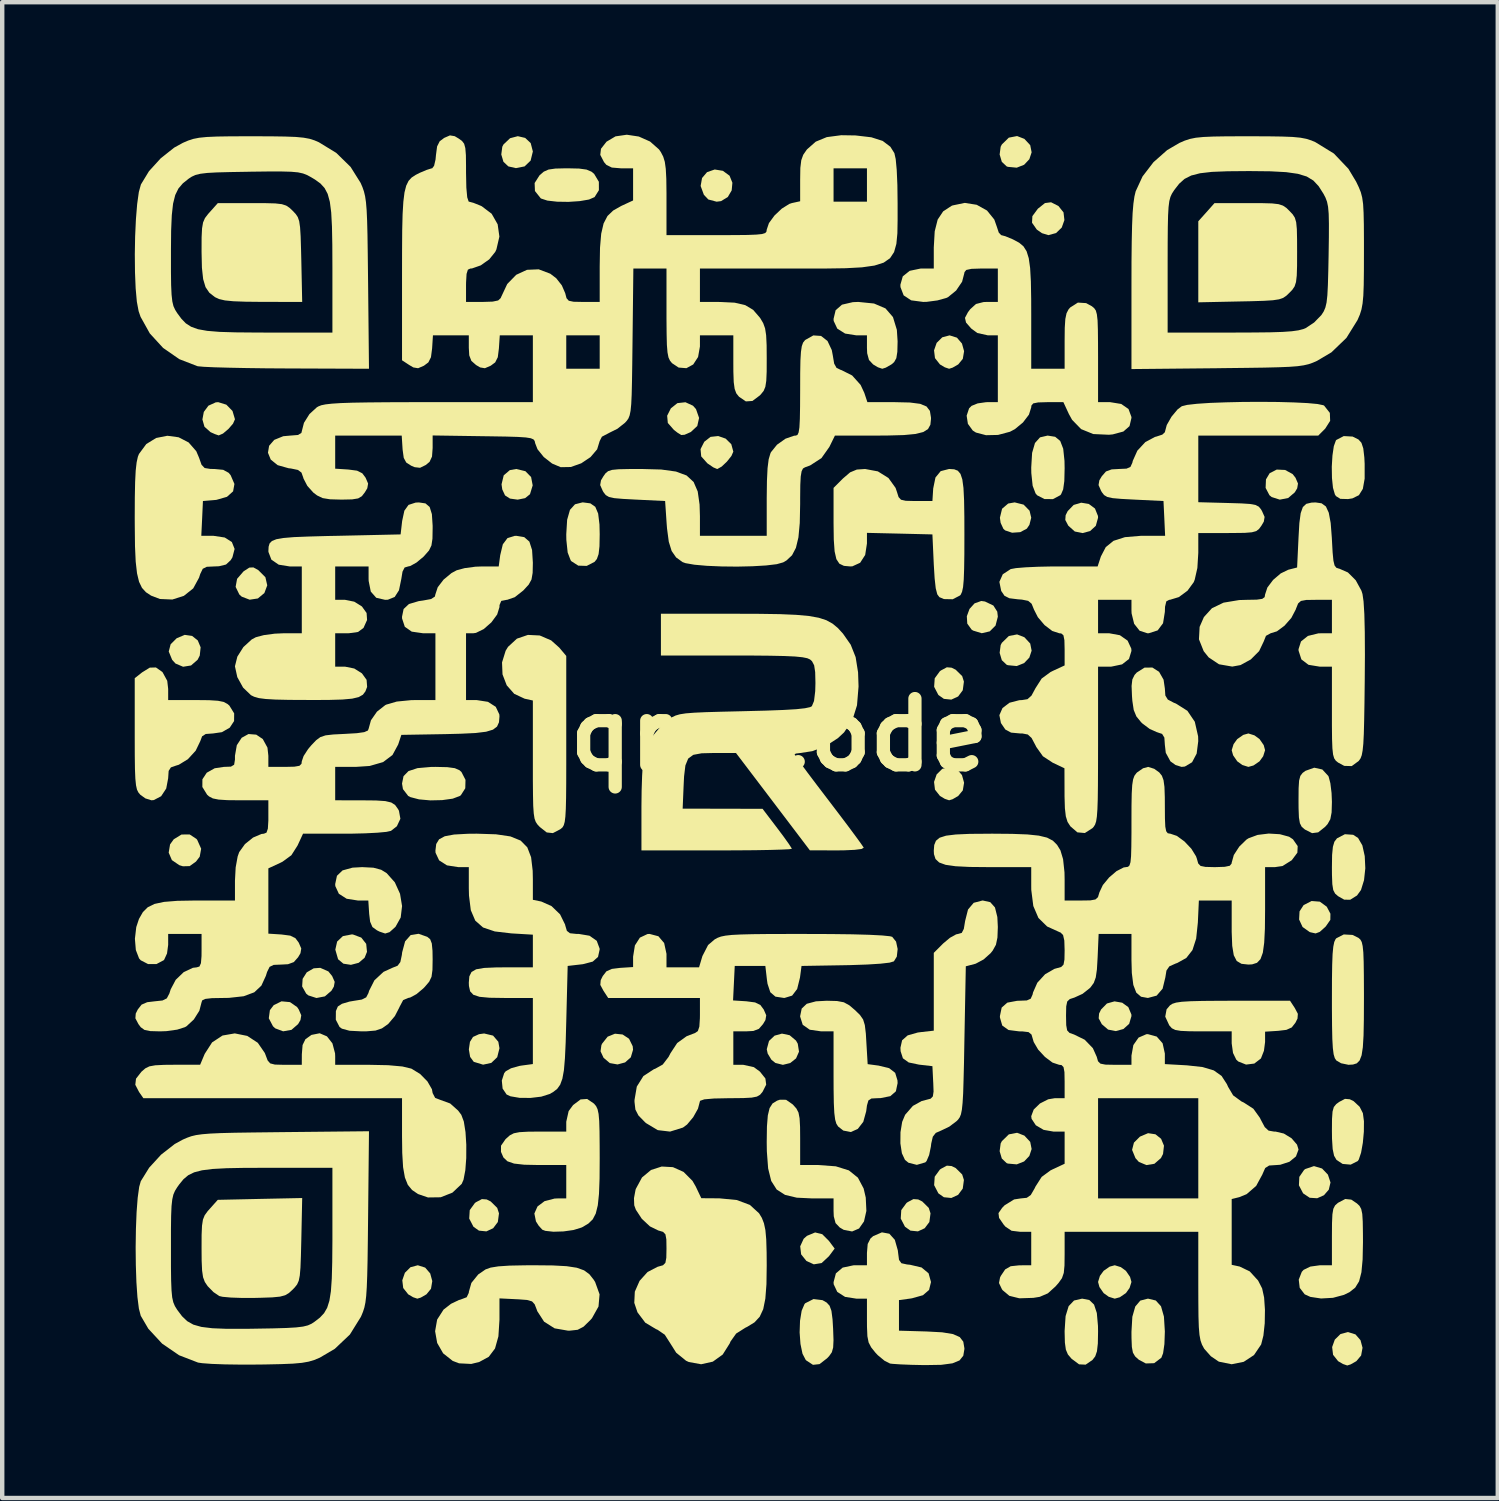
<source format=kicad_pcb>
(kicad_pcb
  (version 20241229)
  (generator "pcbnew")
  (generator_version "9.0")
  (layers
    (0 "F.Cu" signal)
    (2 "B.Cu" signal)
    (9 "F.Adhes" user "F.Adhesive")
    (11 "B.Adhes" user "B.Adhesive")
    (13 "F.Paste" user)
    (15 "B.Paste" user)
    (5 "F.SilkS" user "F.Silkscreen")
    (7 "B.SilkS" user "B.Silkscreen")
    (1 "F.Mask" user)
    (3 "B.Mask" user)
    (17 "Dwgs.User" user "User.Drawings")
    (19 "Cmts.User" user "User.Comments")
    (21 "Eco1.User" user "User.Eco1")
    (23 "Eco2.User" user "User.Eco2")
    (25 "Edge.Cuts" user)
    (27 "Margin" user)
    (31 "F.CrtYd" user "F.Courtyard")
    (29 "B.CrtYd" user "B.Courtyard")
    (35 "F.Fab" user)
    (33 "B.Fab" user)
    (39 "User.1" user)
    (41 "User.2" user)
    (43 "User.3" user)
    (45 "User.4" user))
  (footprint "qr-code"
    (layer "F.Cu")
    (at 14.591 13.586)
    (property "Reference" "qr-code" (at 0 0 0) (layer "F.SilkS") (effects (font (size 1.5 1.5) (thickness 0.3))))
    (attr board_only exclude_from_pos_files exclude_from_bom)
    (fp_poly (pts (xy 0.973 11.304) (xy 1.124 11.455) (xy 1.254 11.629) (xy 1.125 11.802) (xy 0.959 11.957) (xy 0.782 11.986) (xy 0.615 11.91) (xy 0.495 11.76) (xy 0.474 11.578) (xy 0.552 11.408) (xy 0.627 11.341) (xy 0.812 11.264)) (stroke (width 0) (type solid)) (fill yes) (layer "F.SilkS"))
    (fp_poly (pts (xy -13.292 -2.24) (xy -13.164 -2.138) (xy -13.099 -1.982) (xy -13.119 -1.795) (xy -13.167 -1.701) (xy -13.316 -1.571) (xy -13.496 -1.542) (xy -13.668 -1.615) (xy -13.744 -1.699) (xy -13.821 -1.887) (xy -13.778 -2.051) (xy -13.642 -2.187) (xy -13.459 -2.264)) (stroke (width 0) (type solid)) (fill yes) (layer "F.SilkS"))
    (fp_poly (pts (xy -5.752 -13.514) (xy -5.627 -13.396) (xy -5.578 -13.207) (xy -5.629 -13) (xy -5.765 -12.869) (xy -5.962 -12.83) (xy -6.133 -12.869) (xy -6.244 -12.973) (xy -6.293 -13.139) (xy -6.27 -13.314) (xy -6.243 -13.366) (xy -6.094 -13.507) (xy -5.919 -13.553)) (stroke (width 0) (type solid)) (fill yes) (layer "F.SilkS"))
    (fp_poly (pts (xy -5.747 -5.969) (xy -5.618 -5.837) (xy -5.582 -5.648) (xy -5.643 -5.448) (xy -5.753 -5.359) (xy -5.922 -5.325) (xy -6.096 -5.349) (xy -6.208 -5.421) (xy -6.271 -5.557) (xy -6.287 -5.672) (xy -6.238 -5.875) (xy -6.1 -5.993) (xy -5.953 -6.019)) (stroke (width 0) (type solid)) (fill yes) (layer "F.SilkS"))
    (fp_poly (pts (xy -1.276 -12.769) (xy -1.125 -12.658) (xy -1.061 -12.499) (xy -1.077 -12.326) (xy -1.165 -12.176) (xy -1.318 -12.083) (xy -1.418 -12.07) (xy -1.606 -12.12) (xy -1.707 -12.227) (xy -1.78 -12.426) (xy -1.748 -12.606) (xy -1.635 -12.739) (xy -1.461 -12.799)) (stroke (width 0) (type solid)) (fill yes) (layer "F.SilkS"))
    (fp_poly (pts (xy 8.516 9.042) (xy 8.644 9.144) (xy 8.709 9.3) (xy 8.688 9.487) (xy 8.64 9.581) (xy 8.492 9.71) (xy 8.311 9.739) (xy 8.14 9.667) (xy 8.064 9.583) (xy 7.987 9.395) (xy 8.029 9.231) (xy 8.165 9.095) (xy 8.349 9.017)) (stroke (width 0) (type solid)) (fill yes) (layer "F.SilkS"))
    (fp_poly (pts (xy 12.288 9.817) (xy 12.42 9.955) (xy 12.479 10.133) (xy 12.44 10.296) (xy 12.33 10.422) (xy 12.177 10.49) (xy 12.008 10.479) (xy 11.859 10.379) (xy 11.764 10.197) (xy 11.773 10.006) (xy 11.881 9.849) (xy 11.909 9.828) (xy 12.105 9.762)) (stroke (width 0) (type solid)) (fill yes) (layer "F.SilkS"))
    (fp_poly (pts (xy -13.193 2.356) (xy -13.176 2.378) (xy -13.087 2.578) (xy -13.12 2.758) (xy -13.204 2.868) (xy -13.347 2.971) (xy -13.5 2.975) (xy -13.582 2.95) (xy -13.75 2.835) (xy -13.822 2.666) (xy -13.791 2.479) (xy -13.708 2.364) (xy -13.532 2.256) (xy -13.348 2.254)) (stroke (width 0) (type solid)) (fill yes) (layer "F.SilkS"))
    (fp_poly (pts (xy -11.794 -3.73) (xy -11.633 -3.569) (xy -11.591 -3.385) (xy -11.656 -3.211) (xy -11.803 -3.088) (xy -11.989 -3.06) (xy -12.169 -3.129) (xy -12.223 -3.178) (xy -12.307 -3.35) (xy -12.274 -3.532) (xy -12.129 -3.7) (xy -12.121 -3.706) (xy -11.996 -3.787) (xy -11.905 -3.791)) (stroke (width 0) (type solid)) (fill yes) (layer "F.SilkS"))
    (fp_poly (pts (xy -11.076 6.05) (xy -10.915 6.162) (xy -10.878 6.217) (xy -10.821 6.348) (xy -10.839 6.456) (xy -10.893 6.548) (xy -11.043 6.678) (xy -11.231 6.711) (xy -11.41 6.644) (xy -11.461 6.597) (xy -11.556 6.416) (xy -11.531 6.232) (xy -11.445 6.119) (xy -11.268 6.032)) (stroke (width 0) (type solid)) (fill yes) (layer "F.SilkS"))
    (fp_poly (pts (xy -10.207 5.355) (xy -10.122 5.46) (xy -10.064 5.592) (xy -10.083 5.699) (xy -10.137 5.791) (xy -10.286 5.92) (xy -10.477 5.957) (xy -10.66 5.898) (xy -10.71 5.857) (xy -10.801 5.695) (xy -10.79 5.523) (xy -10.697 5.376) (xy -10.54 5.285) (xy -10.391 5.274)) (stroke (width 0) (type solid)) (fill yes) (layer "F.SilkS"))
    (fp_poly (pts (xy -9.651 4.519) (xy -9.463 4.589) (xy -9.351 4.731) (xy -9.333 4.912) (xy -9.387 5.046) (xy -9.521 5.16) (xy -9.697 5.206) (xy -9.867 5.18) (xy -9.986 5.081) (xy -9.988 5.078) (xy -10.05 4.862) (xy -10.009 4.679) (xy -9.879 4.556) (xy -9.676 4.517)) (stroke (width 0) (type solid)) (fill yes) (layer "F.SilkS"))
    (fp_poly (pts (xy -8.016 12.06) (xy -7.902 12.192) (xy -7.855 12.365) (xy -7.884 12.539) (xy -7.987 12.665) (xy -8.115 12.739) (xy -8.194 12.763) (xy -8.291 12.73) (xy -8.4 12.665) (xy -8.513 12.522) (xy -8.534 12.347) (xy -8.475 12.177) (xy -8.348 12.051) (xy -8.183 12.007)) (stroke (width 0) (type solid)) (fill yes) (layer "F.SilkS"))
    (fp_poly (pts (xy -6.624 10.517) (xy -6.532 10.563) (xy -6.385 10.708) (xy -6.345 10.832) (xy -6.371 11.028) (xy -6.477 11.169) (xy -6.63 11.24) (xy -6.799 11.223) (xy -6.923 11.135) (xy -7.019 10.95) (xy -7.007 10.758) (xy -6.89 10.597) (xy -6.863 10.578) (xy -6.732 10.509)) (stroke (width 0) (type solid)) (fill yes) (layer "F.SilkS"))
    (fp_poly (pts (xy -6.479 6.808) (xy -6.36 6.947) (xy -6.334 7.094) (xy -6.385 7.297) (xy -6.519 7.426) (xy -6.705 7.466) (xy -6.915 7.402) (xy -6.917 7.401) (xy -6.998 7.29) (xy -7.027 7.121) (xy -7.002 6.949) (xy -6.933 6.838) (xy -6.797 6.776) (xy -6.681 6.76)) (stroke (width 0) (type solid)) (fill yes) (layer "F.SilkS"))
    (fp_poly (pts (xy 0.234 6.799) (xy 0.379 6.921) (xy 0.419 6.992) (xy 0.447 7.172) (xy 0.38 7.324) (xy 0.248 7.429) (xy 0.082 7.47) (xy -0.088 7.427) (xy -0.179 7.353) (xy -0.262 7.215) (xy -0.283 7.117) (xy -0.232 6.929) (xy -0.106 6.809) (xy 0.061 6.763)) (stroke (width 0) (type solid)) (fill yes) (layer "F.SilkS"))
    (fp_poly (pts (xy 3.145 10.517) (xy 3.237 10.563) (xy 3.384 10.708) (xy 3.424 10.832) (xy 3.398 11.028) (xy 3.292 11.169) (xy 3.139 11.24) (xy 2.97 11.223) (xy 2.846 11.135) (xy 2.75 10.95) (xy 2.762 10.758) (xy 2.88 10.597) (xy 2.907 10.578) (xy 3.037 10.509)) (stroke (width 0) (type solid)) (fill yes) (layer "F.SilkS"))
    (fp_poly (pts (xy 3.901 -1.521) (xy 3.994 -1.475) (xy 4.141 -1.33) (xy 4.18 -1.206) (xy 4.154 -1.01) (xy 4.049 -0.869) (xy 3.895 -0.798) (xy 3.727 -0.815) (xy 3.602 -0.903) (xy 3.506 -1.088) (xy 3.519 -1.28) (xy 3.636 -1.441) (xy 3.663 -1.46) (xy 3.794 -1.53)) (stroke (width 0) (type solid)) (fill yes) (layer "F.SilkS"))
    (fp_poly (pts (xy 3.901 9.761) (xy 3.994 9.806) (xy 4.141 9.952) (xy 4.18 10.076) (xy 4.154 10.271) (xy 4.049 10.413) (xy 3.895 10.484) (xy 3.727 10.467) (xy 3.602 10.379) (xy 3.506 10.194) (xy 3.519 10.002) (xy 3.636 9.841) (xy 3.663 9.822) (xy 3.794 9.752)) (stroke (width 0) (type solid)) (fill yes) (layer "F.SilkS"))
    (fp_poly (pts (xy 4.022 -8.992) (xy 4.136 -8.859) (xy 4.184 -8.686) (xy 4.155 -8.512) (xy 4.051 -8.386) (xy 3.924 -8.313) (xy 3.845 -8.288) (xy 3.747 -8.321) (xy 3.638 -8.386) (xy 3.525 -8.529) (xy 3.504 -8.705) (xy 3.563 -8.874) (xy 3.69 -9) (xy 3.856 -9.044)) (stroke (width 0) (type solid)) (fill yes) (layer "F.SilkS"))
    (fp_poly (pts (xy 4.022 0.778) (xy 4.136 0.91) (xy 4.184 1.083) (xy 4.155 1.257) (xy 4.051 1.383) (xy 3.924 1.457) (xy 3.845 1.481) (xy 3.747 1.448) (xy 3.638 1.383) (xy 3.525 1.24) (xy 3.504 1.065) (xy 3.563 0.895) (xy 3.69 0.769) (xy 3.856 0.725)) (stroke (width 0) (type solid)) (fill yes) (layer "F.SilkS"))
    (fp_poly (pts (xy 4.657 -3.019) (xy 4.847 -2.928) (xy 4.935 -2.79) (xy 4.948 -2.675) (xy 4.896 -2.474) (xy 4.765 -2.343) (xy 4.584 -2.301) (xy 4.388 -2.361) (xy 4.353 -2.384) (xy 4.256 -2.519) (xy 4.246 -2.686) (xy 4.307 -2.851) (xy 4.421 -2.977) (xy 4.573 -3.031)) (stroke (width 0) (type solid)) (fill yes) (layer "F.SilkS"))
    (fp_poly (pts (xy 5.532 -5.212) (xy 5.666 -5.075) (xy 5.704 -4.916) (xy 5.663 -4.755) (xy 5.605 -4.669) (xy 5.455 -4.589) (xy 5.271 -4.576) (xy 5.113 -4.629) (xy 5.074 -4.664) (xy 5.011 -4.8) (xy 4.995 -4.916) (xy 5.044 -5.119) (xy 5.182 -5.237) (xy 5.329 -5.263)) (stroke (width 0) (type solid)) (fill yes) (layer "F.SilkS"))
    (fp_poly (pts (xy 5.549 -13.492) (xy 5.681 -13.35) (xy 5.713 -13.188) (xy 5.661 -13.031) (xy 5.543 -12.906) (xy 5.376 -12.84) (xy 5.177 -12.859) (xy 5.148 -12.869) (xy 5.038 -12.973) (xy 4.989 -13.139) (xy 5.012 -13.314) (xy 5.039 -13.366) (xy 5.197 -13.52) (xy 5.384 -13.556)) (stroke (width 0) (type solid)) (fill yes) (layer "F.SilkS"))
    (fp_poly (pts (xy 5.549 -2.21) (xy 5.681 -2.068) (xy 5.713 -1.906) (xy 5.661 -1.749) (xy 5.543 -1.625) (xy 5.376 -1.558) (xy 5.177 -1.577) (xy 5.148 -1.587) (xy 5.038 -1.691) (xy 4.989 -1.857) (xy 5.012 -2.032) (xy 5.039 -2.084) (xy 5.197 -2.238) (xy 5.384 -2.274)) (stroke (width 0) (type solid)) (fill yes) (layer "F.SilkS"))
    (fp_poly (pts (xy 5.549 9.072) (xy 5.681 9.214) (xy 5.713 9.376) (xy 5.661 9.533) (xy 5.543 9.657) (xy 5.376 9.723) (xy 5.177 9.705) (xy 5.148 9.695) (xy 5.038 9.591) (xy 4.989 9.425) (xy 5.012 9.25) (xy 5.039 9.198) (xy 5.197 9.044) (xy 5.384 9.008)) (stroke (width 0) (type solid)) (fill yes) (layer "F.SilkS"))
    (fp_poly (pts (xy 11.451 -5.997) (xy 11.62 -5.905) (xy 11.686 -5.822) (xy 11.743 -5.69) (xy 11.725 -5.582) (xy 11.671 -5.491) (xy 11.521 -5.362) (xy 11.331 -5.325) (xy 11.147 -5.384) (xy 11.097 -5.425) (xy 11.01 -5.591) (xy 11.018 -5.783) (xy 11.101 -5.923) (xy 11.262 -6.006)) (stroke (width 0) (type solid)) (fill yes) (layer "F.SilkS"))
    (fp_poly (pts (xy 13.044 13.572) (xy 13.158 13.703) (xy 13.204 13.875) (xy 13.172 14.05) (xy 13.064 14.178) (xy 12.936 14.251) (xy 12.858 14.276) (xy 12.76 14.242) (xy 12.651 14.178) (xy 12.537 14.034) (xy 12.516 13.859) (xy 12.576 13.691) (xy 12.704 13.565) (xy 12.874 13.519)) (stroke (width 0) (type solid)) (fill yes) (layer "F.SilkS"))
    (fp_poly (pts (xy -3.546 6.783) (xy -3.401 6.879) (xy -3.318 7.048) (xy -3.31 7.128) (xy -3.361 7.3) (xy -3.49 7.415) (xy -3.661 7.461) (xy -3.836 7.43) (xy -3.977 7.311) (xy -3.978 7.309) (xy -4.046 7.163) (xy -4.027 7.027) (xy -4.012 6.992) (xy -3.885 6.832) (xy -3.719 6.765)) (stroke (width 0) (type solid)) (fill yes) (layer "F.SilkS"))
    (fp_poly (pts (xy -1.954 -7.452) (xy -1.885 -7.375) (xy -1.815 -7.175) (xy -1.856 -6.992) (xy -2 -6.858) (xy -2.018 -6.849) (xy -2.143 -6.794) (xy -2.218 -6.788) (xy -2.303 -6.84) (xy -2.387 -6.906) (xy -2.523 -7.061) (xy -2.538 -7.225) (xy -2.454 -7.392) (xy -2.306 -7.51) (xy -2.124 -7.53)) (stroke (width 0) (type solid)) (fill yes) (layer "F.SilkS"))
    (fp_poly (pts (xy 6.315 -11.975) (xy 6.32 -11.972) (xy 6.435 -11.828) (xy 6.455 -11.654) (xy 6.395 -11.485) (xy 6.266 -11.36) (xy 6.093 -11.313) (xy 5.947 -11.357) (xy 5.83 -11.439) (xy 5.722 -11.594) (xy 5.73 -11.743) (xy 5.854 -11.911) (xy 5.859 -11.915) (xy 6.015 -12.039) (xy 6.153 -12.057)) (stroke (width 0) (type solid)) (fill yes) (layer "F.SilkS"))
    (fp_poly (pts (xy 7.008 -5.227) (xy 7.147 -5.124) (xy 7.215 -4.955) (xy 7.217 -4.916) (xy 7.166 -4.733) (xy 7.037 -4.614) (xy 6.866 -4.568) (xy 6.69 -4.604) (xy 6.545 -4.734) (xy 6.544 -4.734) (xy 6.475 -4.865) (xy 6.483 -4.973) (xy 6.529 -5.065) (xy 6.664 -5.205) (xy 6.835 -5.256)) (stroke (width 0) (type solid)) (fill yes) (layer "F.SilkS"))
    (fp_poly (pts (xy 7.763 6.063) (xy 7.902 6.164) (xy 7.971 6.328) (xy 7.973 6.366) (xy 7.921 6.542) (xy 7.791 6.659) (xy 7.619 6.706) (xy 7.444 6.672) (xy 7.301 6.549) (xy 7.301 6.548) (xy 7.231 6.417) (xy 7.24 6.309) (xy 7.285 6.217) (xy 7.418 6.081) (xy 7.589 6.033)) (stroke (width 0) (type solid)) (fill yes) (layer "F.SilkS"))
    (fp_poly (pts (xy 12.238 3.776) (xy 12.394 3.89) (xy 12.477 4.048) (xy 12.475 4.188) (xy 12.373 4.335) (xy 12.36 4.348) (xy 12.236 4.46) (xy 12.142 4.495) (xy 12.025 4.469) (xy 12.007 4.463) (xy 11.847 4.35) (xy 11.768 4.18) (xy 11.778 3.996) (xy 11.87 3.854) (xy 12.051 3.761)) (stroke (width 0) (type solid)) (fill yes) (layer "F.SilkS"))
    (fp_poly (pts (xy -1.213 -6.706) (xy -1.086 -6.58) (xy -1.04 -6.412) (xy -1.083 -6.314) (xy -1.184 -6.187) (xy -1.303 -6.074) (xy -1.399 -6.02) (xy -1.407 -6.019) (xy -1.492 -6.055) (xy -1.62 -6.142) (xy -1.63 -6.15) (xy -1.767 -6.304) (xy -1.782 -6.469) (xy -1.698 -6.635) (xy -1.556 -6.746) (xy -1.382 -6.765)) (stroke (width 0) (type solid)) (fill yes) (layer "F.SilkS"))
    (fp_poly (pts (xy 7.732 12.049) (xy 7.847 12.133) (xy 7.941 12.27) (xy 7.973 12.385) (xy 7.93 12.522) (xy 7.847 12.637) (xy 7.71 12.731) (xy 7.595 12.763) (xy 7.458 12.72) (xy 7.343 12.637) (xy 7.248 12.5) (xy 7.217 12.385) (xy 7.259 12.248) (xy 7.343 12.133) (xy 7.48 12.038) (xy 7.595 12.007)) (stroke (width 0) (type solid)) (fill yes) (layer "F.SilkS"))
    (fp_poly (pts (xy 10.757 0.011) (xy 10.872 0.095) (xy 10.967 0.232) (xy 10.998 0.347) (xy 10.955 0.484) (xy 10.872 0.599) (xy 10.735 0.693) (xy 10.62 0.725) (xy 10.483 0.682) (xy 10.368 0.599) (xy 10.274 0.462) (xy 10.242 0.347) (xy 10.285 0.209) (xy 10.368 0.095) (xy 10.505 0.000111) (xy 10.62 -0.032)) (stroke (width 0) (type solid)) (fill yes) (layer "F.SilkS"))
    (fp_poly (pts (xy -12.517 -7.475) (xy -12.378 -7.333) (xy -12.322 -7.145) (xy -12.322 -7.144) (xy -12.366 -7.045) (xy -12.471 -6.924) (xy -12.593 -6.821) (xy -12.69 -6.779) (xy -12.693 -6.78) (xy -12.774 -6.808) (xy -12.875 -6.853) (xy -13.012 -6.975) (xy -13.059 -7.14) (xy -13.027 -7.311) (xy -12.923 -7.452) (xy -12.758 -7.527) (xy -12.702 -7.532)) (stroke (width 0) (type solid)) (fill yes) (layer "F.SilkS"))
    (fp_poly (pts (xy 8.524 12.805) (xy 8.642 12.936) (xy 8.708 13.168) (xy 8.729 13.507) (xy 8.719 13.791) (xy 8.689 13.999) (xy 8.65 14.1) (xy 8.487 14.224) (xy 8.298 14.23) (xy 8.14 14.146) (xy 8.056 14.07) (xy 8.006 13.985) (xy 7.982 13.857) (xy 7.974 13.652) (xy 7.973 13.515) (xy 7.993 13.173) (xy 8.059 12.941) (xy 8.173 12.807) (xy 8.343 12.763) (xy 8.351 12.763)) (stroke (width 0) (type solid)) (fill yes) (layer "F.SilkS"))
    (fp_poly (pts (xy -7.515 0.731) (xy -7.345 0.754) (xy -7.24 0.8) (xy -7.195 0.84) (xy -7.103 1.018) (xy -7.108 1.209) (xy -7.208 1.366) (xy -7.231 1.383) (xy -7.392 1.444) (xy -7.63 1.477) (xy -7.9 1.483) (xy -8.156 1.46) (xy -8.351 1.409) (xy -8.4 1.383) (xy -8.519 1.228) (xy -8.54 1.103) (xy -8.506 0.935) (xy -8.394 0.82) (xy -8.19 0.753) (xy -7.882 0.726) (xy -7.78 0.725)) (stroke (width 0) (type solid)) (fill yes) (layer "F.SilkS"))
    (fp_poly (pts (xy -4.277 -5.241) (xy -4.165 -5.163) (xy -4.1 -5.01) (xy -4.07 -4.763) (xy -4.065 -4.543) (xy -4.07 -4.269) (xy -4.09 -4.092) (xy -4.129 -3.981) (xy -4.181 -3.917) (xy -4.359 -3.825) (xy -4.55 -3.831) (xy -4.706 -3.931) (xy -4.723 -3.953) (xy -4.79 -4.128) (xy -4.82 -4.413) (xy -4.822 -4.538) (xy -4.802 -4.87) (xy -4.738 -5.094) (xy -4.624 -5.22) (xy -4.455 -5.263) (xy -4.444 -5.263)) (stroke (width 0) (type solid)) (fill yes) (layer "F.SilkS"))
    (fp_poly (pts (xy 6.246 -6.748) (xy 6.36 -6.654) (xy 6.428 -6.478) (xy 6.457 -6.202) (xy 6.46 -6.034) (xy 6.453 -5.745) (xy 6.427 -5.557) (xy 6.379 -5.445) (xy 6.361 -5.425) (xy 6.196 -5.337) (xy 6.004 -5.338) (xy 5.839 -5.423) (xy 5.802 -5.466) (xy 5.736 -5.64) (xy 5.706 -5.926) (xy 5.704 -6.051) (xy 5.724 -6.384) (xy 5.789 -6.608) (xy 5.903 -6.735) (xy 6.074 -6.775) (xy 6.076 -6.775)) (stroke (width 0) (type solid)) (fill yes) (layer "F.SilkS"))
    (fp_poly (pts (xy -4.532 -12.82) (xy -4.363 -12.797) (xy -4.252 -12.75) (xy -4.191 -12.7) (xy -4.084 -12.521) (xy -4.083 -12.33) (xy -4.181 -12.174) (xy -4.307 -12.119) (xy -4.517 -12.083) (xy -4.772 -12.066) (xy -5.029 -12.07) (xy -5.25 -12.095) (xy -5.393 -12.142) (xy -5.402 -12.149) (xy -5.531 -12.312) (xy -5.538 -12.493) (xy -5.427 -12.667) (xy -5.331 -12.75) (xy -5.223 -12.798) (xy -5.068 -12.82) (xy -4.828 -12.826) (xy -4.793 -12.826)) (stroke (width 0) (type solid)) (fill yes) (layer "F.SilkS"))
    (fp_poly (pts (xy 12.979 -6.753) (xy 13.112 -6.687) (xy 13.179 -6.612) (xy 13.221 -6.485) (xy 13.245 -6.279) (xy 13.252 -6.136) (xy 13.252 -5.8) (xy 13.211 -5.569) (xy 13.122 -5.426) (xy 12.976 -5.354) (xy 12.876 -5.338) (xy 12.702 -5.343) (xy 12.603 -5.405) (xy 12.578 -5.444) (xy 12.535 -5.593) (xy 12.512 -5.815) (xy 12.508 -6.071) (xy 12.523 -6.324) (xy 12.554 -6.535) (xy 12.601 -6.665) (xy 12.61 -6.676) (xy 12.779 -6.764)) (stroke (width 0) (type solid)) (fill yes) (layer "F.SilkS"))
    (fp_poly (pts (xy 12.992 2.262) (xy 13.103 2.334) (xy 13.2 2.502) (xy 13.254 2.744) (xy 13.267 3.02) (xy 13.238 3.289) (xy 13.169 3.512) (xy 13.079 3.636) (xy 12.924 3.733) (xy 12.788 3.73) (xy 12.651 3.652) (xy 12.583 3.593) (xy 12.541 3.512) (xy 12.52 3.38) (xy 12.512 3.168) (xy 12.511 3) (xy 12.515 2.718) (xy 12.533 2.534) (xy 12.567 2.419) (xy 12.624 2.344) (xy 12.626 2.342) (xy 12.805 2.249)) (stroke (width 0) (type solid)) (fill yes) (layer "F.SilkS"))
    (fp_poly (pts (xy 0.979 12.797) (xy 1.074 12.852) (xy 1.139 12.923) (xy 1.181 13.039) (xy 1.206 13.231) (xy 1.219 13.447) (xy 1.228 13.703) (xy 1.22 13.869) (xy 1.19 13.977) (xy 1.129 14.064) (xy 1.081 14.114) (xy 0.911 14.245) (xy 0.763 14.261) (xy 0.612 14.162) (xy 0.599 14.15) (xy 0.526 14.01) (xy 0.48 13.789) (xy 0.461 13.528) (xy 0.47 13.263) (xy 0.507 13.036) (xy 0.572 12.885) (xy 0.588 12.867) (xy 0.775 12.772)) (stroke (width 0) (type solid)) (fill yes) (layer "F.SilkS"))
    (fp_poly (pts (xy 7.019 12.794) (xy 7.126 12.897) (xy 7.189 13.088) (xy 7.215 13.381) (xy 7.217 13.509) (xy 7.212 13.779) (xy 7.192 13.955) (xy 7.153 14.069) (xy 7.091 14.15) (xy 6.936 14.257) (xy 6.787 14.25) (xy 6.619 14.125) (xy 6.615 14.121) (xy 6.534 14.026) (xy 6.488 13.917) (xy 6.466 13.759) (xy 6.46 13.514) (xy 6.46 13.491) (xy 6.482 13.158) (xy 6.551 12.933) (xy 6.673 12.805) (xy 6.854 12.763) (xy 6.86 12.763)) (stroke (width 0) (type solid)) (fill yes) (layer "F.SilkS"))
    (fp_poly (pts (xy 12.915 8.249) (xy 13.002 8.292) (xy 13.139 8.42) (xy 13.212 8.564) (xy 13.236 8.747) (xy 13.234 8.984) (xy 13.211 9.235) (xy 13.171 9.459) (xy 13.119 9.614) (xy 13.096 9.648) (xy 12.936 9.729) (xy 12.753 9.713) (xy 12.615 9.622) (xy 12.56 9.528) (xy 12.528 9.377) (xy 12.513 9.142) (xy 12.511 8.962) (xy 12.513 8.697) (xy 12.525 8.528) (xy 12.554 8.425) (xy 12.609 8.358) (xy 12.676 8.309) (xy 12.807 8.24)) (stroke (width 0) (type solid)) (fill yes) (layer "F.SilkS"))
    (fp_poly (pts (xy 12.294 0.784) (xy 12.428 0.929) (xy 12.437 0.947) (xy 12.476 1.095) (xy 12.503 1.317) (xy 12.511 1.518) (xy 12.504 1.756) (xy 12.475 1.909) (xy 12.413 2.02) (xy 12.356 2.083) (xy 12.2 2.207) (xy 12.062 2.225) (xy 11.9 2.143) (xy 11.895 2.139) (xy 11.827 2.081) (xy 11.786 2) (xy 11.764 1.87) (xy 11.756 1.66) (xy 11.755 1.479) (xy 11.757 1.209) (xy 11.768 1.035) (xy 11.796 0.929) (xy 11.847 0.862) (xy 11.912 0.814) (xy 12.111 0.743)) (stroke (width 0) (type solid)) (fill yes) (layer "F.SilkS"))
    (fp_poly (pts (xy -9.188 3.007) (xy -9.012 3.054) (xy -8.888 3.13) (xy -8.703 3.338) (xy -8.585 3.598) (xy -8.539 3.875) (xy -8.57 4.134) (xy -8.685 4.341) (xy -8.695 4.352) (xy -8.822 4.466) (xy -8.921 4.497) (xy -9.049 4.454) (xy -9.107 4.425) (xy -9.21 4.35) (xy -9.262 4.23) (xy -9.284 4.048) (xy -9.303 3.75) (xy -9.538 3.75) (xy -9.793 3.71) (xy -9.97 3.597) (xy -10.05 3.424) (xy -10.053 3.378) (xy -10.013 3.19) (xy -9.886 3.068) (xy -9.661 3.006) (xy -9.442 2.994)) (stroke (width 0) (type solid)) (fill yes) (layer "F.SilkS"))
    (fp_poly (pts (xy 2.145 -9.765) (xy 2.405 -9.654) (xy 2.574 -9.458) (xy 2.662 -9.169) (xy 2.679 -8.908) (xy 2.673 -8.672) (xy 2.65 -8.527) (xy 2.6 -8.438) (xy 2.539 -8.386) (xy 2.411 -8.313) (xy 2.332 -8.288) (xy 2.234 -8.321) (xy 2.125 -8.386) (xy 2.031 -8.487) (xy 1.99 -8.639) (xy 1.985 -8.764) (xy 1.985 -9.044) (xy 1.747 -9.044) (xy 1.49 -9.085) (xy 1.313 -9.197) (xy 1.232 -9.37) (xy 1.229 -9.416) (xy 1.276 -9.613) (xy 1.42 -9.739) (xy 1.666 -9.796) (xy 1.789 -9.801)) (stroke (width 0) (type solid)) (fill yes) (layer "F.SilkS"))
    (fp_poly (pts (xy 10.935 -12.037) (xy 11.156 -12.031) (xy 11.303 -12.014) (xy 11.401 -11.982) (xy 11.478 -11.931) (xy 11.548 -11.863) (xy 11.622 -11.785) (xy 11.672 -11.707) (xy 11.702 -11.604) (xy 11.717 -11.449) (xy 11.722 -11.218) (xy 11.723 -10.935) (xy 11.722 -10.616) (xy 11.715 -10.396) (xy 11.698 -10.25) (xy 11.666 -10.152) (xy 11.614 -10.075) (xy 11.548 -10.007) (xy 11.478 -9.94) (xy 11.407 -9.892) (xy 11.314 -9.86) (xy 11.176 -9.839) (xy 10.97 -9.826) (xy 10.676 -9.817) (xy 10.43 -9.812) (xy 9.486 -9.792) (xy 9.486 -10.709) (xy 9.486 -11.627) (xy 9.67 -11.832) (xy 9.853 -12.038) (xy 10.613 -12.038)) (stroke (width 0) (type solid)) (fill yes) (layer "F.SilkS"))
    (fp_poly (pts (xy -11.629 -12.037) (xy -11.408 -12.031) (xy -11.261 -12.014) (xy -11.162 -11.982) (xy -11.086 -11.931) (xy -11.015 -11.864) (xy -10.948 -11.793) (xy -10.9 -11.722) (xy -10.868 -11.629) (xy -10.848 -11.491) (xy -10.835 -11.286) (xy -10.826 -10.991) (xy -10.82 -10.745) (xy -10.8 -9.801) (xy -11.703 -9.802) (xy -12.082 -9.806) (xy -12.356 -9.816) (xy -12.549 -9.835) (xy -12.681 -9.866) (xy -12.774 -9.909) (xy -12.901 -10.008) (xy -12.988 -10.136) (xy -13.042 -10.317) (xy -13.07 -10.574) (xy -13.078 -10.93) (xy -13.078 -10.969) (xy -13.077 -11.265) (xy -13.067 -11.466) (xy -13.044 -11.6) (xy -13.001 -11.699) (xy -12.931 -11.791) (xy -12.894 -11.832) (xy -12.71 -12.038) (xy -11.95 -12.038)) (stroke (width 0) (type solid)) (fill yes) (layer "F.SilkS"))
    (fp_poly (pts (xy 12.949 10.521) (xy 13.076 10.606) (xy 13.135 10.662) (xy 13.174 10.733) (xy 13.198 10.845) (xy 13.209 11.02) (xy 13.213 11.283) (xy 13.214 11.484) (xy 13.206 11.877) (xy 13.179 12.166) (xy 13.126 12.371) (xy 13.038 12.514) (xy 12.909 12.616) (xy 12.784 12.677) (xy 12.535 12.744) (xy 12.265 12.759) (xy 12.023 12.723) (xy 11.895 12.665) (xy 11.782 12.518) (xy 11.76 12.332) (xy 11.829 12.156) (xy 11.87 12.111) (xy 12.022 12.037) (xy 12.239 12.007) (xy 12.248 12.007) (xy 12.511 12.007) (xy 12.511 11.348) (xy 12.513 11.051) (xy 12.522 10.853) (xy 12.543 10.729) (xy 12.582 10.653) (xy 12.642 10.599) (xy 12.651 10.592) (xy 12.813 10.507)) (stroke (width 0) (type solid)) (fill yes) (layer "F.SilkS"))
    (fp_poly (pts (xy -10.82 11.434) (xy -10.829 11.798) (xy -10.839 12.059) (xy -10.854 12.238) (xy -10.878 12.358) (xy -10.915 12.441) (xy -10.969 12.509) (xy -11.015 12.557) (xy -11.1 12.635) (xy -11.186 12.686) (xy -11.302 12.717) (xy -11.477 12.734) (xy -11.739 12.743) (xy -11.866 12.746) (xy -12.159 12.747) (xy -12.415 12.738) (xy -12.602 12.721) (xy -12.676 12.704) (xy -12.808 12.615) (xy -12.941 12.479) (xy -12.943 12.476) (xy -13.004 12.385) (xy -13.044 12.278) (xy -13.066 12.127) (xy -13.076 11.904) (xy -13.078 11.621) (xy -13.077 11.318) (xy -13.068 11.112) (xy -13.047 10.974) (xy -13.007 10.875) (xy -12.942 10.785) (xy -12.894 10.731) (xy -12.711 10.526) (xy -11.755 10.505) (xy -10.8 10.485)) (stroke (width 0) (type solid)) (fill yes) (layer "F.SilkS"))
    (fp_poly (pts (xy 12.979 4.529) (xy 13.113 4.596) (xy 13.155 4.634) (xy 13.186 4.69) (xy 13.207 4.781) (xy 13.222 4.925) (xy 13.23 5.138) (xy 13.234 5.439) (xy 13.236 5.844) (xy 13.236 5.973) (xy 13.234 6.445) (xy 13.227 6.806) (xy 13.211 7.071) (xy 13.183 7.254) (xy 13.138 7.371) (xy 13.074 7.436) (xy 12.988 7.463) (xy 12.886 7.469) (xy 12.718 7.434) (xy 12.61 7.37) (xy 12.576 7.318) (xy 12.55 7.231) (xy 12.532 7.091) (xy 12.52 6.882) (xy 12.514 6.587) (xy 12.511 6.19) (xy 12.511 5.988) (xy 12.512 5.542) (xy 12.517 5.206) (xy 12.526 4.963) (xy 12.542 4.796) (xy 12.564 4.688) (xy 12.594 4.624) (xy 12.61 4.605) (xy 12.779 4.518)) (stroke (width 0) (type solid)) (fill yes) (layer "F.SilkS"))
    (fp_poly (pts (xy 8.598 -1.428) (xy 8.7 -1.249) (xy 8.729 -1.05) (xy 8.74 -0.891) (xy 8.796 -0.799) (xy 8.931 -0.728) (xy 8.979 -0.709) (xy 9.239 -0.545) (xy 9.407 -0.297) (xy 9.482 0.034) (xy 9.485 0.142) (xy 9.449 0.424) (xy 9.345 0.62) (xy 9.182 0.717) (xy 9.107 0.725) (xy 8.97 0.682) (xy 8.855 0.599) (xy 8.75 0.406) (xy 8.729 0.226) (xy 8.718 0.062) (xy 8.668 -0.02) (xy 8.551 -0.061) (xy 8.549 -0.061) (xy 8.387 -0.133) (xy 8.218 -0.26) (xy 8.19 -0.288) (xy 8.084 -0.418) (xy 8.024 -0.564) (xy 7.993 -0.771) (xy 7.985 -0.877) (xy 7.976 -1.108) (xy 7.993 -1.255) (xy 8.043 -1.356) (xy 8.092 -1.411) (xy 8.27 -1.523) (xy 8.447 -1.524)) (stroke (width 0) (type solid)) (fill yes) (layer "F.SilkS"))
    (fp_poly (pts (xy -5.422 -2.25) (xy -5.164 -2.139) (xy -4.981 -1.976) (xy -4.822 -1.787) (xy -4.822 0.127) (xy -4.822 0.668) (xy -4.823 1.097) (xy -4.826 1.427) (xy -4.832 1.674) (xy -4.842 1.849) (xy -4.857 1.968) (xy -4.878 2.044) (xy -4.905 2.092) (xy -4.941 2.124) (xy -4.962 2.139) (xy -5.125 2.224) (xy -5.264 2.209) (xy -5.419 2.087) (xy -5.423 2.083) (xy -5.474 2.029) (xy -5.512 1.972) (xy -5.54 1.895) (xy -5.558 1.78) (xy -5.57 1.608) (xy -5.575 1.364) (xy -5.578 1.029) (xy -5.578 0.586) (xy -5.578 0.575) (xy -5.578 -0.778) (xy -5.765 -0.819) (xy -6 -0.929) (xy -6.17 -1.122) (xy -6.265 -1.369) (xy -6.276 -1.64) (xy -6.194 -1.905) (xy -6.14 -1.993) (xy -5.939 -2.178) (xy -5.69 -2.263)) (stroke (width 0) (type solid)) (fill yes) (layer "F.SilkS"))
    (fp_poly (pts (xy 11.671 6.184) (xy 11.74 6.315) (xy 11.732 6.422) (xy 11.686 6.515) (xy 11.602 6.623) (xy 11.48 6.678) (xy 11.296 6.7) (xy 10.998 6.719) (xy 10.998 6.954) (xy 10.972 7.152) (xy 10.907 7.318) (xy 10.9 7.329) (xy 10.754 7.441) (xy 10.567 7.464) (xy 10.391 7.394) (xy 10.346 7.353) (xy 10.272 7.201) (xy 10.242 6.984) (xy 10.242 6.975) (xy 10.242 6.712) (xy 9.584 6.712) (xy 9.286 6.71) (xy 9.088 6.701) (xy 8.965 6.68) (xy 8.888 6.642) (xy 8.834 6.582) (xy 8.827 6.572) (xy 8.738 6.379) (xy 8.768 6.214) (xy 8.845 6.123) (xy 8.899 6.088) (xy 8.983 6.061) (xy 9.114 6.042) (xy 9.309 6.03) (xy 9.585 6.023) (xy 9.959 6.02) (xy 10.261 6.019) (xy 11.563 6.019)) (stroke (width 0) (type solid)) (fill yes) (layer "F.SilkS"))
    (fp_poly (pts (xy 0.154 8.261) (xy 0.301 8.363) (xy 0.314 8.376) (xy 0.388 8.459) (xy 0.435 8.55) (xy 0.46 8.679) (xy 0.471 8.875) (xy 0.473 9.136) (xy 0.473 9.738) (xy 0.884 9.738) (xy 1.28 9.767) (xy 1.575 9.859) (xy 1.78 10.024) (xy 1.91 10.269) (xy 1.958 10.475) (xy 1.972 10.777) (xy 1.918 11.015) (xy 1.806 11.175) (xy 1.649 11.242) (xy 1.459 11.205) (xy 1.369 11.152) (xy 1.274 11.052) (xy 1.234 10.899) (xy 1.229 10.774) (xy 1.229 10.494) (xy 0.75 10.494) (xy 0.396 10.477) (xy 0.131 10.414) (xy -0.058 10.293) (xy -0.182 10.098) (xy -0.252 9.815) (xy -0.281 9.429) (xy -0.284 9.22) (xy -0.279 8.865) (xy -0.259 8.615) (xy -0.219 8.449) (xy -0.152 8.344) (xy -0.05 8.281) (xy 0.015 8.259)) (stroke (width 0) (type solid)) (fill yes) (layer "F.SilkS"))
    (fp_poly (pts (xy 1.308 6.025) (xy 1.462 6.054) (xy 1.586 6.122) (xy 1.712 6.229) (xy 1.827 6.341) (xy 1.898 6.443) (xy 1.937 6.57) (xy 1.96 6.762) (xy 1.971 6.947) (xy 2.001 7.454) (xy 2.248 7.487) (xy 2.487 7.545) (xy 2.624 7.651) (xy 2.676 7.822) (xy 2.679 7.884) (xy 2.64 8.069) (xy 2.514 8.179) (xy 2.291 8.223) (xy 2.218 8.225) (xy 2.087 8.232) (xy 2.018 8.276) (xy 1.985 8.39) (xy 1.968 8.521) (xy 1.902 8.76) (xy 1.778 8.92) (xy 1.62 8.991) (xy 1.45 8.958) (xy 1.333 8.866) (xy 1.293 8.804) (xy 1.265 8.708) (xy 1.246 8.558) (xy 1.235 8.335) (xy 1.23 8.019) (xy 1.229 7.732) (xy 1.229 6.712) (xy 0.95 6.712) (xy 0.69 6.675) (xy 0.531 6.563) (xy 0.473 6.379) (xy 0.473 6.366) (xy 0.508 6.196) (xy 0.622 6.088) (xy 0.831 6.032) (xy 1.077 6.019)) (stroke (width 0) (type solid)) (fill yes) (layer "F.SilkS"))
    (fp_poly (pts (xy -13.97 -1.427) (xy -13.961 -1.418) (xy -13.855 -1.224) (xy -13.834 -1.04) (xy -13.834 -0.788) (xy -13.204 -0.788) (xy -12.907 -0.785) (xy -12.707 -0.772) (xy -12.578 -0.746) (xy -12.492 -0.7) (xy -12.448 -0.662) (xy -12.34 -0.487) (xy -12.342 -0.312) (xy -12.44 -0.163) (xy -12.618 -0.061) (xy -12.819 -0.032) (xy -12.984 -0.02) (xy -13.066 0.033) (xy -13.107 0.142) (xy -13.211 0.358) (xy -13.388 0.551) (xy -13.594 0.677) (xy -13.654 0.695) (xy -13.772 0.736) (xy -13.823 0.816) (xy -13.834 0.979) (xy -13.834 0.982) (xy -13.878 1.214) (xy -13.993 1.389) (xy -14.159 1.476) (xy -14.213 1.481) (xy -14.35 1.438) (xy -14.465 1.355) (xy -14.508 1.304) (xy -14.54 1.239) (xy -14.562 1.14) (xy -14.577 0.99) (xy -14.586 0.771) (xy -14.59 0.465) (xy -14.591 0.054) (xy -14.591 -0.027) (xy -14.591 -1.283) (xy -14.425 -1.414) (xy -14.251 -1.522) (xy -14.111 -1.526)) (stroke (width 0) (type solid)) (fill yes) (layer "F.SilkS"))
    (fp_poly (pts (xy -7.969 4.572) (xy -7.903 4.626) (xy -7.866 4.722) (xy -7.85 4.889) (xy -7.847 5.082) (xy -7.851 5.321) (xy -7.872 5.476) (xy -7.925 5.588) (xy -8.021 5.701) (xy -8.061 5.742) (xy -8.214 5.87) (xy -8.355 5.946) (xy -8.403 5.956) (xy -8.515 6.005) (xy -8.598 6.162) (xy -8.603 6.175) (xy -8.702 6.366) (xy -8.849 6.54) (xy -8.864 6.553) (xy -8.996 6.645) (xy -9.14 6.694) (xy -9.344 6.711) (xy -9.454 6.712) (xy -9.73 6.698) (xy -9.901 6.651) (xy -9.954 6.613) (xy -10.039 6.448) (xy -10.037 6.252) (xy -9.993 6.149) (xy -9.9 6.088) (xy -9.73 6.038) (xy -9.636 6.022) (xy -9.45 5.992) (xy -9.351 5.942) (xy -9.3 5.844) (xy -9.286 5.795) (xy -9.165 5.556) (xy -8.959 5.365) (xy -8.753 5.271) (xy -8.64 5.226) (xy -8.578 5.143) (xy -8.544 4.983) (xy -8.537 4.923) (xy -8.47 4.674) (xy -8.344 4.532) (xy -8.165 4.503)) (stroke (width 0) (type solid)) (fill yes) (layer "F.SilkS"))
    (fp_poly (pts (xy -4.195 8.347) (xy -4.191 8.351) (xy -4.146 8.405) (xy -4.113 8.476) (xy -4.09 8.582) (xy -4.076 8.743) (xy -4.069 8.979) (xy -4.066 9.309) (xy -4.065 9.586) (xy -4.068 10.043) (xy -4.081 10.391) (xy -4.108 10.649) (xy -4.154 10.836) (xy -4.223 10.968) (xy -4.321 11.063) (xy -4.452 11.141) (xy -4.482 11.155) (xy -4.658 11.209) (xy -4.885 11.241) (xy -5.113 11.248) (xy -5.296 11.228) (xy -5.364 11.202) (xy -5.445 11.113) (xy -5.508 11.014) (xy -5.544 10.835) (xy -5.473 10.676) (xy -5.314 10.556) (xy -5.086 10.497) (xy -5.015 10.494) (xy -4.822 10.494) (xy -4.822 10.116) (xy -4.822 9.738) (xy -5.44 9.738) (xy -5.774 9.731) (xy -6.004 9.705) (xy -6.154 9.653) (xy -6.245 9.566) (xy -6.3 9.439) (xy -6.299 9.3) (xy -6.197 9.153) (xy -6.183 9.14) (xy -6.1 9.066) (xy -6.009 9.019) (xy -5.881 8.994) (xy -5.684 8.983) (xy -5.423 8.981) (xy -4.822 8.981) (xy -4.822 8.758) (xy -4.768 8.517) (xy -4.667 8.38) (xy -4.498 8.253) (xy -4.349 8.242)) (stroke (width 0) (type solid)) (fill yes) (layer "F.SilkS"))
    (fp_poly (pts (xy -5.125 12.011) (xy -4.812 12.028) (xy -4.584 12.063) (xy -4.419 12.122) (xy -4.299 12.21) (xy -4.201 12.334) (xy -4.168 12.387) (xy -4.068 12.665) (xy -4.092 12.941) (xy -4.24 13.206) (xy -4.281 13.252) (xy -4.431 13.398) (xy -4.564 13.468) (xy -4.738 13.487) (xy -4.781 13.488) (xy -5.086 13.435) (xy -5.324 13.284) (xy -5.479 13.045) (xy -5.491 13.009) (xy -5.537 12.891) (xy -5.597 12.825) (xy -5.707 12.793) (xy -5.902 12.778) (xy -5.948 12.776) (xy -6.334 12.757) (xy -6.334 13.239) (xy -6.358 13.616) (xy -6.435 13.892) (xy -6.577 14.08) (xy -6.791 14.196) (xy -6.973 14.241) (xy -7.249 14.227) (xy -7.393 14.172) (xy -7.609 14.001) (xy -7.744 13.766) (xy -7.791 13.5) (xy -7.745 13.237) (xy -7.6 13.011) (xy -7.599 13.01) (xy -7.43 12.879) (xy -7.252 12.794) (xy -7.221 12.786) (xy -7.076 12.731) (xy -7.028 12.63) (xy -7.028 12.612) (xy -6.97 12.407) (xy -6.816 12.216) (xy -6.649 12.101) (xy -6.534 12.06) (xy -6.36 12.032) (xy -6.107 12.015) (xy -5.757 12.008) (xy -5.543 12.007)) (stroke (width 0) (type solid)) (fill yes) (layer "F.SilkS"))
    (fp_poly (pts (xy -13.598 -6.737) (xy -13.371 -6.62) (xy -13.198 -6.422) (xy -13.135 -6.274) (xy -13.078 -6.114) (xy -13.008 -6.041) (xy -12.878 -6.02) (xy -12.788 -6.019) (xy -12.588 -6) (xy -12.464 -5.932) (xy -12.42 -5.879) (xy -12.334 -5.68) (xy -12.364 -5.513) (xy -12.503 -5.389) (xy -12.742 -5.32) (xy -12.795 -5.315) (xy -13.047 -5.294) (xy -13.065 -4.9) (xy -13.084 -4.506) (xy -12.807 -4.506) (xy -12.554 -4.468) (xy -12.392 -4.365) (xy -12.33 -4.209) (xy -12.38 -4.018) (xy -12.42 -3.953) (xy -12.525 -3.856) (xy -12.684 -3.817) (xy -12.788 -3.813) (xy -12.96 -3.805) (xy -13.051 -3.76) (xy -13.108 -3.642) (xy -13.135 -3.558) (xy -13.267 -3.316) (xy -13.479 -3.147) (xy -13.74 -3.064) (xy -14.021 -3.076) (xy -14.22 -3.152) (xy -14.337 -3.229) (xy -14.427 -3.328) (xy -14.493 -3.465) (xy -14.539 -3.657) (xy -14.569 -3.921) (xy -14.585 -4.271) (xy -14.59 -4.726) (xy -14.591 -4.916) (xy -14.589 -5.375) (xy -14.582 -5.724) (xy -14.569 -5.983) (xy -14.548 -6.168) (xy -14.52 -6.296) (xy -14.495 -6.359) (xy -14.329 -6.584) (xy -14.106 -6.721) (xy -13.853 -6.771)) (stroke (width 0) (type solid)) (fill yes) (layer "F.SilkS"))
    (fp_poly (pts (xy 3.96 -6.012) (xy 4.042 -5.98) (xy 4.102 -5.909) (xy 4.144 -5.783) (xy 4.17 -5.589) (xy 4.184 -5.31) (xy 4.19 -4.933) (xy 4.191 -4.538) (xy 4.19 -4.093) (xy 4.185 -3.757) (xy 4.176 -3.513) (xy 4.161 -3.346) (xy 4.138 -3.239) (xy 4.108 -3.174) (xy 4.092 -3.156) (xy 3.927 -3.07) (xy 3.729 -3.074) (xy 3.624 -3.118) (xy 3.577 -3.182) (xy 3.542 -3.319) (xy 3.517 -3.546) (xy 3.498 -3.858) (xy 3.467 -4.538) (xy 2.726 -4.556) (xy 1.985 -4.573) (xy 1.985 -4.333) (xy 1.945 -4.073) (xy 1.831 -3.896) (xy 1.656 -3.816) (xy 1.608 -3.813) (xy 1.464 -3.826) (xy 1.361 -3.875) (xy 1.293 -3.978) (xy 1.253 -4.154) (xy 1.234 -4.42) (xy 1.229 -4.794) (xy 1.229 -4.801) (xy 1.229 -5.591) (xy 1.443 -5.805) (xy 1.604 -5.943) (xy 1.756 -6.006) (xy 1.943 -6.019) (xy 2.232 -5.965) (xy 2.472 -5.815) (xy 2.633 -5.591) (xy 2.666 -5.494) (xy 2.701 -5.383) (xy 2.756 -5.323) (xy 2.863 -5.299) (xy 3.057 -5.294) (xy 3.092 -5.294) (xy 3.467 -5.294) (xy 3.485 -5.578) (xy 3.536 -5.826) (xy 3.654 -5.97) (xy 3.843 -6.019) (xy 3.852 -6.019)) (stroke (width 0) (type solid)) (fill yes) (layer "F.SilkS"))
    (fp_poly (pts (xy 2.492 11.293) (xy 2.616 11.431) (xy 2.684 11.67) (xy 2.69 11.723) (xy 2.711 11.885) (xy 2.765 11.961) (xy 2.892 11.989) (xy 2.962 11.996) (xy 3.221 12.057) (xy 3.38 12.189) (xy 3.435 12.386) (xy 3.435 12.387) (xy 3.391 12.566) (xy 3.253 12.685) (xy 3.008 12.754) (xy 2.973 12.76) (xy 2.71 12.795) (xy 2.71 13.141) (xy 2.71 13.488) (xy 3.338 13.506) (xy 3.689 13.525) (xy 3.933 13.565) (xy 4.086 13.633) (xy 4.166 13.737) (xy 4.191 13.886) (xy 4.191 13.904) (xy 4.166 14.055) (xy 4.081 14.161) (xy 3.921 14.227) (xy 3.668 14.261) (xy 3.307 14.267) (xy 3.279 14.267) (xy 2.995 14.261) (xy 2.745 14.251) (xy 2.567 14.239) (xy 2.508 14.232) (xy 2.383 14.169) (xy 2.232 14.044) (xy 2.177 13.986) (xy 2.081 13.866) (xy 2.023 13.755) (xy 1.995 13.614) (xy 1.986 13.404) (xy 1.985 13.265) (xy 1.985 12.763) (xy 1.747 12.763) (xy 1.49 12.723) (xy 1.313 12.61) (xy 1.232 12.438) (xy 1.229 12.391) (xy 1.282 12.19) (xy 1.435 12.06) (xy 1.68 12.008) (xy 1.722 12.007) (xy 1.985 12.007) (xy 1.985 11.727) (xy 2.002 11.525) (xy 2.065 11.401) (xy 2.125 11.348) (xy 2.324 11.262)) (stroke (width 0) (type solid)) (fill yes) (layer "F.SilkS"))
    (fp_poly (pts (xy -2.407 9.786) (xy -2.166 9.894) (xy -1.965 10.096) (xy -1.891 10.224) (xy -1.765 10.489) (xy -1.355 10.492) (xy -0.962 10.53) (xy -0.665 10.641) (xy -0.458 10.83) (xy -0.394 10.935) (xy -0.347 11.056) (xy -0.314 11.21) (xy -0.295 11.421) (xy -0.286 11.716) (xy -0.284 12.007) (xy -0.29 12.437) (xy -0.315 12.762) (xy -0.363 13.001) (xy -0.443 13.173) (xy -0.561 13.3) (xy -0.724 13.4) (xy -0.767 13.421) (xy -0.976 13.553) (xy -1.103 13.732) (xy -1.122 13.777) (xy -1.28 14.028) (xy -1.504 14.189) (xy -1.769 14.248) (xy -2.048 14.197) (xy -2.111 14.168) (xy -2.333 13.987) (xy -2.458 13.789) (xy -2.592 13.579) (xy -2.761 13.464) (xy -2.788 13.454) (xy -3.033 13.307) (xy -3.21 13.072) (xy -3.282 12.858) (xy -3.27 12.605) (xy -3.162 12.36) (xy -2.982 12.16) (xy -2.755 12.042) (xy -2.734 12.036) (xy -2.632 12.007) (xy -2.578 11.952) (xy -2.557 11.838) (xy -2.553 11.633) (xy -2.553 11.629) (xy -2.556 11.422) (xy -2.577 11.307) (xy -2.631 11.251) (xy -2.733 11.221) (xy -2.74 11.219) (xy -2.928 11.127) (xy -3.111 10.956) (xy -3.246 10.751) (xy -3.283 10.65) (xy -3.289 10.489) (xy -3.253 10.296) (xy -3.247 10.278) (xy -3.107 10.019) (xy -2.903 9.85) (xy -2.661 9.772)) (stroke (width 0) (type solid)) (fill yes) (layer "F.SilkS"))
    (fp_poly (pts (xy -10.24 6.825) (xy -10.116 6.983) (xy -10.056 7.209) (xy -10.053 7.276) (xy -10.053 7.469) (xy -9.295 7.469) (xy -8.854 7.478) (xy -8.531 7.507) (xy -8.331 7.555) (xy -8.328 7.556) (xy -8.131 7.676) (xy -7.965 7.845) (xy -7.863 8.022) (xy -7.847 8.109) (xy -7.79 8.218) (xy -7.674 8.263) (xy -7.451 8.344) (xy -7.27 8.505) (xy -7.198 8.601) (xy -7.141 8.753) (xy -7.103 8.992) (xy -7.085 9.28) (xy -7.086 9.58) (xy -7.107 9.856) (xy -7.148 10.071) (xy -7.189 10.165) (xy -7.399 10.363) (xy -7.666 10.468) (xy -7.953 10.472) (xy -8.177 10.395) (xy -8.312 10.304) (xy -8.409 10.186) (xy -8.475 10.02) (xy -8.516 9.787) (xy -8.535 9.466) (xy -8.54 9.079) (xy -8.54 8.225) (xy -11.467 8.225) (xy -14.395 8.225) (xy -14.493 8.085) (xy -14.578 7.921) (xy -14.562 7.783) (xy -14.441 7.628) (xy -14.436 7.623) (xy -14.352 7.55) (xy -14.259 7.504) (xy -14.125 7.48) (xy -13.92 7.47) (xy -13.696 7.468) (xy -13.11 7.467) (xy -13.007 7.222) (xy -12.84 6.962) (xy -12.603 6.806) (xy -12.326 6.758) (xy -12.043 6.815) (xy -11.805 6.971) (xy -11.646 7.202) (xy -11.628 7.249) (xy -11.582 7.371) (xy -11.524 7.437) (xy -11.418 7.464) (xy -11.228 7.469) (xy -11.182 7.469) (xy -10.809 7.469) (xy -10.808 7.232) (xy -10.791 7.021) (xy -10.727 6.89) (xy -10.594 6.795) (xy -10.589 6.792) (xy -10.404 6.755)) (stroke (width 0) (type solid)) (fill yes) (layer "F.SilkS"))
    (fp_poly (pts (xy 4.776 3.787) (xy 4.883 3.907) (xy 4.937 4.124) (xy 4.948 4.349) (xy 4.939 4.589) (xy 4.905 4.752) (xy 4.832 4.883) (xy 4.785 4.942) (xy 4.626 5.084) (xy 4.447 5.18) (xy 4.422 5.187) (xy 4.223 5.239) (xy 4.191 6.92) (xy 4.182 7.423) (xy 4.172 7.817) (xy 4.163 8.114) (xy 4.15 8.332) (xy 4.134 8.485) (xy 4.113 8.589) (xy 4.085 8.658) (xy 4.049 8.709) (xy 4.016 8.743) (xy 3.849 8.869) (xy 3.67 8.955) (xy 3.543 9.011) (xy 3.476 9.097) (xy 3.44 9.253) (xy 3.432 9.322) (xy 3.393 9.511) (xy 3.335 9.647) (xy 3.306 9.678) (xy 3.114 9.734) (xy 2.925 9.686) (xy 2.846 9.622) (xy 2.776 9.472) (xy 2.742 9.248) (xy 2.744 8.996) (xy 2.782 8.762) (xy 2.849 8.601) (xy 3.025 8.399) (xy 3.224 8.289) (xy 3.328 8.262) (xy 3.427 8.236) (xy 3.477 8.184) (xy 3.493 8.075) (xy 3.486 7.874) (xy 3.485 7.864) (xy 3.467 7.5) (xy 3.163 7.465) (xy 2.93 7.416) (xy 2.799 7.322) (xy 2.747 7.162) (xy 2.743 7.083) (xy 2.781 6.914) (xy 2.907 6.803) (xy 3.136 6.738) (xy 3.214 6.728) (xy 3.498 6.696) (xy 3.498 5.816) (xy 3.498 4.935) (xy 3.712 4.721) (xy 3.865 4.593) (xy 4.004 4.516) (xy 4.051 4.506) (xy 4.131 4.483) (xy 4.178 4.392) (xy 4.208 4.211) (xy 4.273 3.954) (xy 4.401 3.802) (xy 4.598 3.75) (xy 4.609 3.75)) (stroke (width 0) (type solid)) (fill yes) (layer "F.SilkS"))
    (fp_poly (pts (xy -6.412 2.251) (xy -6.086 2.299) (xy -5.855 2.393) (xy -5.704 2.546) (xy -5.618 2.77) (xy -5.582 3.076) (xy -5.578 3.266) (xy -5.578 3.734) (xy -5.387 3.773) (xy -5.156 3.876) (xy -4.962 4.063) (xy -4.849 4.293) (xy -4.844 4.316) (xy -4.808 4.437) (xy -4.738 4.491) (xy -4.594 4.506) (xy -4.54 4.506) (xy -4.296 4.547) (xy -4.132 4.662) (xy -4.067 4.837) (xy -4.066 4.858) (xy -4.103 5.027) (xy -4.223 5.133) (xy -4.444 5.191) (xy -4.486 5.196) (xy -4.79 5.231) (xy -4.822 6.492) (xy -4.835 6.961) (xy -4.852 7.322) (xy -4.875 7.591) (xy -4.91 7.784) (xy -4.96 7.92) (xy -5.028 8.015) (xy -5.119 8.085) (xy -5.198 8.13) (xy -5.388 8.19) (xy -5.631 8.219) (xy -5.879 8.217) (xy -6.085 8.182) (xy -6.173 8.141) (xy -6.263 8.007) (xy -6.281 7.826) (xy -6.227 7.658) (xy -6.193 7.616) (xy -6.073 7.548) (xy -5.89 7.496) (xy -5.839 7.487) (xy -5.578 7.452) (xy -5.578 6.704) (xy -5.578 5.956) (xy -6.227 5.956) (xy -6.559 5.951) (xy -6.785 5.93) (xy -6.925 5.884) (xy -6.998 5.806) (xy -7.025 5.685) (xy -7.028 5.609) (xy -7.016 5.466) (xy -6.967 5.368) (xy -6.862 5.307) (xy -6.68 5.276) (xy -6.402 5.264) (xy -6.227 5.263) (xy -5.578 5.263) (xy -5.578 4.893) (xy -5.578 4.523) (xy -6.066 4.494) (xy -6.44 4.45) (xy -6.706 4.36) (xy -6.882 4.205) (xy -6.983 3.969) (xy -7.024 3.637) (xy -7.028 3.473) (xy -7.028 2.994) (xy -7.266 2.994) (xy -7.523 2.954) (xy -7.7 2.841) (xy -7.781 2.669) (xy -7.784 2.622) (xy -7.766 2.471) (xy -7.701 2.364) (xy -7.572 2.295) (xy -7.361 2.256) (xy -7.05 2.239) (xy -6.846 2.237)) (stroke (width 0) (type solid)) (fill yes) (layer "F.SilkS"))
    (fp_poly (pts (xy -8.009 -5.24) (xy -7.914 -5.158) (xy -7.864 -4.997) (xy -7.847 -4.735) (xy -7.847 -4.677) (xy -7.851 -4.441) (xy -7.874 -4.288) (xy -7.929 -4.174) (xy -8.031 -4.058) (xy -8.061 -4.027) (xy -8.214 -3.9) (xy -8.353 -3.823) (xy -8.4 -3.813) (xy -8.481 -3.789) (xy -8.529 -3.695) (xy -8.556 -3.53) (xy -8.609 -3.273) (xy -8.706 -3.122) (xy -8.859 -3.06) (xy -8.922 -3.057) (xy -9.123 -3.103) (xy -9.247 -3.243) (xy -9.295 -3.483) (xy -9.297 -3.534) (xy -9.297 -3.813) (xy -9.675 -3.813) (xy -10.053 -3.813) (xy -10.053 -3.435) (xy -10.053 -3.057) (xy -9.829 -3.057) (xy -9.621 -3.015) (xy -9.448 -2.907) (xy -9.342 -2.759) (xy -9.331 -2.6) (xy -9.332 -2.599) (xy -9.412 -2.421) (xy -9.536 -2.329) (xy -9.739 -2.301) (xy -9.777 -2.3) (xy -10.053 -2.3) (xy -10.053 -1.922) (xy -10.053 -1.544) (xy -9.829 -1.544) (xy -9.621 -1.502) (xy -9.448 -1.393) (xy -9.342 -1.246) (xy -9.33 -1.086) (xy -9.369 -0.984) (xy -9.426 -0.909) (xy -9.521 -0.855) (xy -9.669 -0.82) (xy -9.889 -0.8) (xy -10.197 -0.791) (xy -10.612 -0.789) (xy -10.679 -0.79) (xy -11.094 -0.792) (xy -11.403 -0.799) (xy -11.625 -0.812) (xy -11.78 -0.832) (xy -11.888 -0.863) (xy -11.959 -0.898) (xy -12.138 -1.07) (xy -12.269 -1.307) (xy -12.322 -1.55) (xy -12.322 -1.554) (xy -12.268 -1.771) (xy -12.131 -1.988) (xy -11.943 -2.16) (xy -11.85 -2.21) (xy -11.669 -2.258) (xy -11.422 -2.291) (xy -11.221 -2.3) (xy -10.809 -2.3) (xy -10.809 -3.057) (xy -10.809 -3.813) (xy -11.083 -3.813) (xy -11.332 -3.853) (xy -11.497 -3.966) (xy -11.564 -4.141) (xy -11.565 -4.165) (xy -11.56 -4.26) (xy -11.538 -4.334) (xy -11.485 -4.389) (xy -11.385 -4.429) (xy -11.223 -4.457) (xy -10.986 -4.477) (xy -10.658 -4.49) (xy -10.226 -4.502) (xy -10.008 -4.506) (xy -8.572 -4.538) (xy -8.537 -4.842) (xy -8.487 -5.075) (xy -8.393 -5.206) (xy -8.233 -5.258) (xy -8.159 -5.262)) (stroke (width 0) (type solid)) (fill yes) (layer "F.SilkS"))
    (fp_poly (pts (xy 12.277 -5.242) (xy 12.375 -5.17) (xy 12.44 -5.028) (xy 12.483 -4.797) (xy 12.509 -4.459) (xy 12.511 -4.418) (xy 12.527 -4.129) (xy 12.545 -3.943) (xy 12.571 -3.835) (xy 12.611 -3.783) (xy 12.671 -3.763) (xy 12.679 -3.762) (xy 12.873 -3.677) (xy 13.05 -3.5) (xy 13.179 -3.264) (xy 13.203 -3.188) (xy 13.227 -3.022) (xy 13.245 -2.735) (xy 13.255 -2.33) (xy 13.258 -1.811) (xy 13.254 -1.234) (xy 13.248 -0.724) (xy 13.241 -0.326) (xy 13.233 -0.023) (xy 13.222 0.199) (xy 13.206 0.355) (xy 13.186 0.461) (xy 13.159 0.532) (xy 13.124 0.582) (xy 13.116 0.592) (xy 12.959 0.707) (xy 12.79 0.702) (xy 12.651 0.627) (xy 12.599 0.585) (xy 12.562 0.531) (xy 12.537 0.444) (xy 12.522 0.305) (xy 12.514 0.095) (xy 12.511 -0.207) (xy 12.511 -0.508) (xy 12.511 -1.544) (xy 12.237 -1.544) (xy 11.981 -1.586) (xy 11.82 -1.708) (xy 11.756 -1.907) (xy 11.755 -1.939) (xy 11.811 -2.115) (xy 11.968 -2.24) (xy 12.204 -2.298) (xy 12.273 -2.3) (xy 12.511 -2.3) (xy 12.511 -2.679) (xy 12.511 -3.057) (xy 12.138 -3.057) (xy 11.929 -3.054) (xy 11.81 -3.032) (xy 11.746 -2.975) (xy 11.701 -2.864) (xy 11.692 -2.838) (xy 11.592 -2.647) (xy 11.437 -2.471) (xy 11.266 -2.344) (xy 11.124 -2.3) (xy 11.018 -2.242) (xy 10.967 -2.114) (xy 10.863 -1.896) (xy 10.674 -1.707) (xy 10.442 -1.58) (xy 10.255 -1.546) (xy 9.955 -1.598) (xy 9.721 -1.754) (xy 9.608 -1.895) (xy 9.501 -2.163) (xy 9.516 -2.445) (xy 9.613 -2.667) (xy 9.795 -2.867) (xy 10.057 -2.993) (xy 10.412 -3.052) (xy 10.587 -3.057) (xy 10.809 -3.061) (xy 10.934 -3.079) (xy 10.988 -3.118) (xy 10.998 -3.178) (xy 11.05 -3.336) (xy 11.18 -3.508) (xy 11.352 -3.655) (xy 11.523 -3.738) (xy 11.723 -3.789) (xy 11.755 -4.465) (xy 11.774 -4.795) (xy 11.804 -5.019) (xy 11.853 -5.157) (xy 11.931 -5.23) (xy 12.048 -5.258) (xy 12.141 -5.262)) (stroke (width 0) (type solid)) (fill yes) (layer "F.SilkS"))
    (fp_poly (pts (xy -0.446 -2.74) (xy 0.018 -2.733) (xy 0.386 -2.717) (xy 0.673 -2.691) (xy 0.895 -2.651) (xy 1.067 -2.595) (xy 1.205 -2.519) (xy 1.323 -2.422) (xy 1.436 -2.299) (xy 1.44 -2.295) (xy 1.617 -2.042) (xy 1.729 -1.76) (xy 1.784 -1.415) (xy 1.795 -1.096) (xy 1.76 -0.67) (xy 1.654 -0.33) (xy 1.466 -0.055) (xy 1.328 0.074) (xy 1.055 0.25) (xy 0.748 0.369) (xy 0.481 0.41) (xy 0.374 0.423) (xy 0.347 0.444) (xy 0.383 0.502) (xy 0.485 0.644) (xy 0.641 0.856) (xy 0.84 1.12) (xy 1.07 1.422) (xy 1.119 1.486) (xy 1.355 1.796) (xy 1.564 2.073) (xy 1.734 2.302) (xy 1.853 2.466) (xy 1.909 2.549) (xy 1.912 2.555) (xy 1.863 2.583) (xy 1.705 2.603) (xy 1.455 2.614) (xy 1.313 2.615) (xy 0.693 2.614) (xy -0.143 1.512) (xy -0.98 0.41) (xy -1.475 0.41) (xy -1.757 0.417) (xy -1.946 0.452) (xy -2.062 0.537) (xy -2.125 0.692) (xy -2.155 0.94) (xy -2.165 1.144) (xy -2.187 1.67) (xy -1.283 1.672) (xy -0.378 1.674) (xy -0.047 2.109) (xy 0.102 2.308) (xy 0.216 2.468) (xy 0.278 2.564) (xy 0.284 2.579) (xy 0.223 2.589) (xy 0.053 2.597) (xy -0.211 2.605) (xy -0.552 2.611) (xy -0.954 2.614) (xy -1.401 2.616) (xy -1.418 2.616) (xy -3.12 2.616) (xy -3.12 1.623) (xy -3.116 1.264) (xy -3.105 0.933) (xy -3.089 0.66) (xy -3.07 0.47) (xy -3.059 0.416) (xy -2.897 0.063) (xy -2.64 -0.242) (xy -2.5 -0.352) (xy -2.425 -0.401) (xy -2.347 -0.438) (xy -2.25 -0.466) (xy -2.114 -0.487) (xy -1.924 -0.502) (xy -1.662 -0.514) (xy -1.31 -0.524) (xy -0.85 -0.535) (xy -0.811 -0.536) (xy -0.301 -0.549) (xy 0.094 -0.564) (xy 0.385 -0.581) (xy 0.583 -0.603) (xy 0.699 -0.628) (xy 0.738 -0.649) (xy 0.787 -0.767) (xy 0.814 -0.991) (xy 0.819 -1.174) (xy 0.813 -1.421) (xy 0.79 -1.574) (xy 0.742 -1.666) (xy 0.697 -1.707) (xy 0.635 -1.735) (xy 0.526 -1.757) (xy 0.358 -1.774) (xy 0.115 -1.785) (xy -0.215 -1.792) (xy -0.647 -1.796) (xy -1.052 -1.796) (xy -2.679 -1.796) (xy -2.679 -2.269) (xy -2.679 -2.742) (xy -1.02 -2.742)) (stroke (width 0) (type solid)) (fill yes) (layer "F.SilkS"))
    (fp_poly (pts (xy -11.513 -13.55) (xy -11.187 -13.545) (xy -10.946 -13.536) (xy -10.768 -13.519) (xy -10.633 -13.494) (xy -10.52 -13.458) (xy -10.423 -13.416) (xy -10.029 -13.175) (xy -9.704 -12.857) (xy -9.477 -12.495) (xy -9.435 -12.397) (xy -9.402 -12.302) (xy -9.376 -12.194) (xy -9.356 -12.058) (xy -9.341 -11.877) (xy -9.33 -11.636) (xy -9.322 -11.321) (xy -9.316 -10.915) (xy -9.31 -10.403) (xy -9.308 -10.226) (xy -9.288 -8.288) (xy -11.136 -8.295) (xy -11.615 -8.298) (xy -12.062 -8.304) (xy -12.457 -8.312) (xy -12.783 -8.321) (xy -13.023 -8.332) (xy -13.159 -8.344) (xy -13.173 -8.347) (xy -13.581 -8.505) (xy -13.948 -8.759) (xy -14.249 -9.087) (xy -14.459 -9.464) (xy -14.503 -9.592) (xy -14.543 -9.806) (xy -14.57 -10.108) (xy -14.585 -10.473) (xy -14.589 -10.873) (xy -14.589 -10.888) (xy -13.771 -10.888) (xy -13.771 -10.481) (xy -13.767 -10.181) (xy -13.757 -9.965) (xy -13.74 -9.813) (xy -13.714 -9.705) (xy -13.675 -9.621) (xy -13.63 -9.549) (xy -13.533 -9.418) (xy -13.434 -9.316) (xy -13.314 -9.239) (xy -13.158 -9.183) (xy -12.95 -9.146) (xy -12.672 -9.123) (xy -12.309 -9.112) (xy -11.844 -9.108) (xy -11.582 -9.107) (xy -10.116 -9.107) (xy -10.116 -10.574) (xy -10.118 -11.096) (xy -10.126 -11.508) (xy -10.143 -11.827) (xy -10.174 -12.067) (xy -10.223 -12.246) (xy -10.293 -12.379) (xy -10.387 -12.482) (xy -10.51 -12.571) (xy -10.595 -12.622) (xy -10.688 -12.673) (xy -10.781 -12.709) (xy -10.895 -12.734) (xy -11.05 -12.748) (xy -11.268 -12.754) (xy -11.569 -12.754) (xy -11.974 -12.749) (xy -12.007 -12.748) (xy -12.421 -12.741) (xy -12.729 -12.733) (xy -12.95 -12.721) (xy -13.106 -12.702) (xy -13.216 -12.675) (xy -13.299 -12.637) (xy -13.37 -12.591) (xy -13.502 -12.485) (xy -13.602 -12.368) (xy -13.674 -12.221) (xy -13.723 -12.026) (xy -13.752 -11.764) (xy -13.767 -11.416) (xy -13.771 -10.964) (xy -13.771 -10.888) (xy -14.589 -10.888) (xy -14.582 -11.282) (xy -14.564 -11.672) (xy -14.536 -12.016) (xy -14.498 -12.289) (xy -14.451 -12.46) (xy -14.268 -12.761) (xy -14.003 -13.052) (xy -13.698 -13.294) (xy -13.502 -13.402) (xy -13.381 -13.454) (xy -13.264 -13.492) (xy -13.131 -13.518) (xy -12.959 -13.535) (xy -12.728 -13.545) (xy -12.416 -13.55) (xy -12.002 -13.551) (xy -11.944 -13.551)) (stroke (width 0) (type solid)) (fill yes) (layer "F.SilkS"))
    (fp_poly (pts (xy 0.946 -9.031) (xy 1.092 -8.917) (xy 1.189 -8.711) (xy 1.212 -8.589) (xy 1.243 -8.404) (xy 1.297 -8.307) (xy 1.397 -8.26) (xy 1.41 -8.257) (xy 1.65 -8.136) (xy 1.841 -7.923) (xy 1.925 -7.743) (xy 1.995 -7.532) (xy 2.616 -7.532) (xy 2.956 -7.524) (xy 3.189 -7.494) (xy 3.334 -7.434) (xy 3.41 -7.334) (xy 3.434 -7.187) (xy 3.435 -7.153) (xy 3.421 -7.021) (xy 3.368 -6.924) (xy 3.261 -6.856) (xy 3.085 -6.812) (xy 2.822 -6.787) (xy 2.458 -6.777) (xy 2.208 -6.775) (xy 1.26 -6.775) (xy 1.134 -6.518) (xy 0.955 -6.265) (xy 0.698 -6.099) (xy 0.583 -6.057) (xy 0.537 -6.03) (xy 0.506 -5.968) (xy 0.486 -5.85) (xy 0.476 -5.656) (xy 0.473 -5.365) (xy 0.473 -5.227) (xy 0.464 -4.796) (xy 0.434 -4.471) (xy 0.377 -4.234) (xy 0.289 -4.066) (xy 0.163 -3.948) (xy 0.089 -3.905) (xy -0.057 -3.864) (xy -0.3 -3.835) (xy -0.608 -3.817) (xy -0.954 -3.809) (xy -1.307 -3.813) (xy -1.639 -3.827) (xy -1.921 -3.852) (xy -2.122 -3.887) (xy -2.189 -3.911) (xy -2.335 -4.017) (xy -2.436 -4.162) (xy -2.501 -4.372) (xy -2.541 -4.674) (xy -2.55 -4.79) (xy -2.584 -5.294) (xy -3.244 -5.326) (xy -3.54 -5.342) (xy -3.735 -5.359) (xy -3.856 -5.386) (xy -3.929 -5.429) (xy -3.979 -5.494) (xy -3.996 -5.523) (xy -4.054 -5.655) (xy -4.036 -5.762) (xy -3.981 -5.854) (xy -3.931 -5.924) (xy -3.874 -5.97) (xy -3.784 -5.999) (xy -3.639 -6.013) (xy -3.414 -6.018) (xy -3.115 -6.019) (xy -2.672 -6.007) (xy -2.338 -5.961) (xy -2.098 -5.872) (xy -1.939 -5.725) (xy -1.846 -5.51) (xy -1.804 -5.214) (xy -1.796 -4.95) (xy -1.796 -4.506) (xy -1.04 -4.506) (xy -0.284 -4.506) (xy -0.284 -5.36) (xy -0.279 -5.752) (xy -0.265 -6.038) (xy -0.24 -6.238) (xy -0.2 -6.373) (xy -0.188 -6.399) (xy -0.052 -6.568) (xy 0.141 -6.705) (xy 0.338 -6.773) (xy 0.375 -6.775) (xy 0.412 -6.79) (xy 0.438 -6.846) (xy 0.456 -6.96) (xy 0.466 -7.15) (xy 0.471 -7.431) (xy 0.473 -7.806) (xy 0.474 -8.194) (xy 0.479 -8.475) (xy 0.491 -8.671) (xy 0.51 -8.799) (xy 0.539 -8.88) (xy 0.581 -8.933) (xy 0.588 -8.94) (xy 0.771 -9.043)) (stroke (width 0) (type solid)) (fill yes) (layer "F.SilkS"))
    (fp_poly (pts (xy -9.308 10.915) (xy -9.314 11.463) (xy -9.32 11.9) (xy -9.328 12.242) (xy -9.338 12.505) (xy -9.351 12.702) (xy -9.369 12.851) (xy -9.393 12.966) (xy -9.424 13.062) (xy -9.463 13.156) (xy -9.474 13.179) (xy -9.72 13.575) (xy -10.062 13.899) (xy -10.4 14.098) (xy -10.526 14.151) (xy -10.654 14.189) (xy -10.807 14.216) (xy -11.008 14.234) (xy -11.279 14.245) (xy -11.645 14.253) (xy -11.818 14.255) (xy -12.196 14.256) (xy -12.548 14.251) (xy -12.846 14.24) (xy -13.063 14.224) (xy -13.158 14.21) (xy -13.587 14.044) (xy -13.971 13.781) (xy -14.283 13.444) (xy -14.455 13.15) (xy -14.497 12.988) (xy -14.53 12.725) (xy -14.553 12.389) (xy -14.566 12.003) (xy -14.57 11.629) (xy -13.771 11.629) (xy -13.771 12.044) (xy -13.767 12.353) (xy -13.758 12.577) (xy -13.743 12.734) (xy -13.718 12.845) (xy -13.682 12.931) (xy -13.633 13.01) (xy -13.63 13.015) (xy -13.52 13.161) (xy -13.404 13.272) (xy -13.264 13.351) (xy -13.08 13.403) (xy -12.833 13.433) (xy -12.506 13.446) (xy -12.079 13.446) (xy -11.881 13.443) (xy -11.467 13.436) (xy -11.159 13.427) (xy -10.937 13.414) (xy -10.781 13.395) (xy -10.671 13.368) (xy -10.587 13.33) (xy -10.518 13.284) (xy -10.398 13.191) (xy -10.305 13.092) (xy -10.235 12.971) (xy -10.184 12.81) (xy -10.15 12.595) (xy -10.13 12.308) (xy -10.12 11.934) (xy -10.116 11.456) (xy -10.116 11.257) (xy -10.116 9.801) (xy -11.582 9.801) (xy -12.101 9.802) (xy -12.511 9.81) (xy -12.827 9.827) (xy -13.067 9.857) (xy -13.245 9.903) (xy -13.38 9.969) (xy -13.487 10.059) (xy -13.583 10.176) (xy -13.63 10.242) (xy -13.679 10.321) (xy -13.716 10.406) (xy -13.741 10.515) (xy -13.758 10.668) (xy -13.767 10.887) (xy -13.771 11.19) (xy -13.771 11.598) (xy -13.771 11.629) (xy -14.57 11.629) (xy -14.57 11.593) (xy -14.564 11.186) (xy -14.549 10.806) (xy -14.524 10.48) (xy -14.49 10.232) (xy -14.454 10.104) (xy -14.264 9.798) (xy -13.994 9.503) (xy -13.685 9.262) (xy -13.502 9.162) (xy -13.405 9.12) (xy -13.31 9.086) (xy -13.202 9.06) (xy -13.065 9.041) (xy -12.884 9.026) (xy -12.644 9.015) (xy -12.328 9.007) (xy -11.922 9.001) (xy -11.409 8.995) (xy -11.23 8.993) (xy -9.288 8.973)) (stroke (width 0) (type solid)) (fill yes) (layer "F.SilkS"))
    (fp_poly (pts (xy 11.051 -13.55) (xy 11.378 -13.545) (xy 11.619 -13.536) (xy 11.797 -13.519) (xy 11.932 -13.493) (xy 12.045 -13.457) (xy 12.136 -13.418) (xy 12.556 -13.16) (xy 12.884 -12.815) (xy 13.06 -12.522) (xy 13.12 -12.396) (xy 13.165 -12.284) (xy 13.196 -12.165) (xy 13.217 -12.017) (xy 13.228 -11.819) (xy 13.234 -11.55) (xy 13.236 -11.189) (xy 13.236 -10.935) (xy 13.235 -10.507) (xy 13.231 -10.183) (xy 13.222 -9.943) (xy 13.205 -9.766) (xy 13.18 -9.631) (xy 13.144 -9.515) (xy 13.094 -9.399) (xy 13.091 -9.391) (xy 12.839 -8.986) (xy 12.5 -8.66) (xy 12.171 -8.465) (xy 12.076 -8.424) (xy 11.981 -8.391) (xy 11.872 -8.366) (xy 11.733 -8.346) (xy 11.548 -8.332) (xy 11.302 -8.322) (xy 10.981 -8.314) (xy 10.567 -8.308) (xy 10.046 -8.302) (xy 9.911 -8.3) (xy 7.973 -8.281) (xy 7.973 -10.133) (xy 7.974 -10.611) (xy 8.792 -10.611) (xy 8.792 -9.107) (xy 10.248 -9.107) (xy 10.734 -9.109) (xy 11.11 -9.113) (xy 11.394 -9.122) (xy 11.603 -9.137) (xy 11.753 -9.158) (xy 11.862 -9.186) (xy 11.92 -9.21) (xy 12.108 -9.335) (xy 12.269 -9.5) (xy 12.276 -9.509) (xy 12.326 -9.587) (xy 12.363 -9.674) (xy 12.39 -9.789) (xy 12.408 -9.952) (xy 12.42 -10.185) (xy 12.429 -10.507) (xy 12.436 -10.857) (xy 12.442 -11.268) (xy 12.443 -11.573) (xy 12.438 -11.795) (xy 12.424 -11.954) (xy 12.4 -12.07) (xy 12.364 -12.165) (xy 12.318 -12.252) (xy 12.211 -12.42) (xy 12.092 -12.548) (xy 11.941 -12.64) (xy 11.741 -12.701) (xy 11.474 -12.739) (xy 11.119 -12.758) (xy 10.658 -12.763) (xy 10.611 -12.763) (xy 10.149 -12.759) (xy 9.794 -12.745) (xy 9.526 -12.714) (xy 9.327 -12.663) (xy 9.175 -12.586) (xy 9.053 -12.477) (xy 8.941 -12.333) (xy 8.934 -12.322) (xy 8.889 -12.252) (xy 8.855 -12.178) (xy 8.83 -12.083) (xy 8.813 -11.95) (xy 8.802 -11.762) (xy 8.796 -11.502) (xy 8.793 -11.153) (xy 8.792 -10.698) (xy 8.792 -10.611) (xy 7.974 -10.611) (xy 7.974 -10.705) (xy 7.979 -11.165) (xy 7.987 -11.529) (xy 7.999 -11.811) (xy 8.017 -12.025) (xy 8.04 -12.186) (xy 8.068 -12.304) (xy 8.224 -12.642) (xy 8.472 -12.965) (xy 8.781 -13.238) (xy 9.058 -13.4) (xy 9.18 -13.453) (xy 9.297 -13.491) (xy 9.43 -13.518) (xy 9.601 -13.535) (xy 9.83 -13.545) (xy 10.139 -13.55) (xy 10.55 -13.551) (xy 10.62 -13.551)) (stroke (width 0) (type solid)) (fill yes) (layer "F.SilkS"))
    (fp_poly (pts (xy 4.47 -12) (xy 4.703 -11.87) (xy 4.868 -11.666) (xy 4.925 -11.504) (xy 4.969 -11.371) (xy 5.023 -11.313) (xy 5.025 -11.313) (xy 5.118 -11.288) (xy 5.269 -11.226) (xy 5.303 -11.21) (xy 5.431 -11.141) (xy 5.528 -11.06) (xy 5.599 -10.948) (xy 5.648 -10.79) (xy 5.679 -10.569) (xy 5.696 -10.267) (xy 5.703 -9.868) (xy 5.704 -9.52) (xy 5.704 -8.288) (xy 6.082 -8.288) (xy 6.46 -8.288) (xy 6.46 -8.918) (xy 6.463 -9.216) (xy 6.476 -9.415) (xy 6.503 -9.544) (xy 6.548 -9.631) (xy 6.586 -9.675) (xy 6.76 -9.786) (xy 6.947 -9.774) (xy 7.077 -9.703) (xy 7.128 -9.661) (xy 7.166 -9.607) (xy 7.19 -9.52) (xy 7.206 -9.381) (xy 7.213 -9.171) (xy 7.216 -8.869) (xy 7.217 -8.568) (xy 7.217 -7.532) (xy 7.49 -7.532) (xy 7.741 -7.491) (xy 7.906 -7.377) (xy 7.972 -7.198) (xy 7.973 -7.176) (xy 7.929 -6.989) (xy 7.79 -6.867) (xy 7.548 -6.802) (xy 7.462 -6.794) (xy 7.108 -6.81) (xy 6.833 -6.922) (xy 6.629 -7.132) (xy 6.556 -7.264) (xy 6.432 -7.532) (xy 6.068 -7.532) (xy 5.861 -7.526) (xy 5.75 -7.504) (xy 5.708 -7.455) (xy 5.704 -7.414) (xy 5.652 -7.249) (xy 5.517 -7.072) (xy 5.334 -6.921) (xy 5.223 -6.862) (xy 4.952 -6.79) (xy 4.68 -6.784) (xy 4.452 -6.844) (xy 4.38 -6.89) (xy 4.27 -7.042) (xy 4.242 -7.226) (xy 4.297 -7.391) (xy 4.353 -7.448) (xy 4.491 -7.504) (xy 4.68 -7.531) (xy 4.708 -7.532) (xy 4.948 -7.532) (xy 4.948 -8.288) (xy 4.948 -9.044) (xy 4.724 -9.044) (xy 4.483 -9.098) (xy 4.346 -9.199) (xy 4.228 -9.334) (xy 4.204 -9.44) (xy 4.271 -9.567) (xy 4.322 -9.635) (xy 4.453 -9.754) (xy 4.624 -9.798) (xy 4.7 -9.801) (xy 4.948 -9.801) (xy 4.948 -10.179) (xy 4.948 -10.557) (xy 4.569 -10.557) (xy 4.352 -10.55) (xy 4.234 -10.525) (xy 4.193 -10.476) (xy 4.191 -10.459) (xy 4.139 -10.258) (xy 4.004 -10.059) (xy 3.824 -9.912) (xy 3.779 -9.89) (xy 3.581 -9.835) (xy 3.339 -9.803) (xy 3.258 -9.801) (xy 2.986 -9.837) (xy 2.816 -9.949) (xy 2.744 -10.136) (xy 2.742 -10.19) (xy 2.796 -10.38) (xy 2.952 -10.505) (xy 3.196 -10.556) (xy 3.235 -10.557) (xy 3.498 -10.557) (xy 3.498 -11.033) (xy 3.519 -11.399) (xy 3.586 -11.665) (xy 3.71 -11.851) (xy 3.899 -11.975) (xy 3.922 -11.985) (xy 4.2 -12.043)) (stroke (width 0) (type solid)) (fill yes) (layer "F.SilkS"))
    (fp_poly (pts (xy -2.736 4.559) (xy -2.606 4.712) (xy -2.553 4.957) (xy -2.553 5) (xy -2.553 5.263) (xy -2.184 5.263) (xy -1.816 5.263) (xy -1.74 5.008) (xy -1.611 4.757) (xy -1.462 4.63) (xy -1.396 4.594) (xy -1.32 4.566) (xy -1.217 4.545) (xy -1.072 4.529) (xy -0.872 4.519) (xy -0.6 4.512) (xy -0.242 4.508) (xy 0.216 4.507) (xy 0.587 4.507) (xy 1.162 4.509) (xy 1.65 4.515) (xy 2.043 4.526) (xy 2.331 4.541) (xy 2.507 4.559) (xy 2.557 4.572) (xy 2.644 4.68) (xy 2.68 4.848) (xy 2.661 5.02) (xy 2.595 5.127) (xy 2.499 5.156) (xy 2.292 5.18) (xy 1.99 5.199) (xy 1.608 5.212) (xy 1.508 5.214) (xy 0.504 5.231) (xy 0.469 5.494) (xy 0.405 5.753) (xy 0.291 5.903) (xy 0.12 5.955) (xy 0.103 5.955) (xy -0.087 5.926) (xy -0.203 5.826) (xy -0.266 5.634) (xy -0.28 5.535) (xy -0.315 5.231) (xy -0.662 5.231) (xy -1.008 5.231) (xy -1.027 5.622) (xy -1.046 6.012) (xy -0.746 6.031) (xy -0.547 6.057) (xy -0.429 6.114) (xy -0.352 6.217) (xy -0.295 6.348) (xy -0.313 6.456) (xy -0.368 6.548) (xy -0.461 6.655) (xy -0.587 6.703) (xy -0.758 6.712) (xy -1.04 6.712) (xy -1.04 7.091) (xy -1.04 7.469) (xy -0.816 7.469) (xy -0.575 7.522) (xy -0.438 7.623) (xy -0.314 7.779) (xy -0.296 7.918) (xy -0.378 8.08) (xy -0.382 8.085) (xy -0.435 8.148) (xy -0.507 8.189) (xy -0.624 8.212) (xy -0.811 8.222) (xy -1.094 8.225) (xy -1.138 8.225) (xy -1.479 8.232) (xy -1.697 8.251) (xy -1.792 8.284) (xy -1.796 8.294) (xy -1.84 8.462) (xy -1.948 8.655) (xy -2.087 8.821) (xy -2.18 8.89) (xy -2.472 8.981) (xy -2.751 8.948) (xy -3.016 8.789) (xy -3.042 8.766) (xy -3.188 8.616) (xy -3.257 8.482) (xy -3.277 8.309) (xy -3.277 8.266) (xy -3.225 7.962) (xy -3.076 7.724) (xy -2.84 7.57) (xy -2.806 7.557) (xy -2.638 7.463) (xy -2.505 7.289) (xy -2.465 7.211) (xy -2.311 6.976) (xy -2.097 6.822) (xy -1.907 6.749) (xy -1.843 6.706) (xy -1.809 6.604) (xy -1.797 6.416) (xy -1.796 6.336) (xy -1.796 5.956) (xy -2.835 5.956) (xy -3.873 5.956) (xy -3.981 5.791) (xy -4.051 5.66) (xy -4.042 5.553) (xy -3.996 5.46) (xy -3.913 5.353) (xy -3.79 5.298) (xy -3.606 5.275) (xy -3.309 5.256) (xy -3.309 5.021) (xy -3.268 4.766) (xy -3.155 4.59) (xy -2.983 4.509) (xy -2.937 4.506)) (stroke (width 0) (type solid)) (fill yes) (layer "F.SilkS"))
    (fp_poly (pts (xy 11.291 -7.536) (xy 11.65 -7.526) (xy 11.956 -7.511) (xy 12.186 -7.49) (xy 12.318 -7.462) (xy 12.335 -7.453) (xy 12.464 -7.289) (xy 12.471 -7.109) (xy 12.36 -6.934) (xy 12.202 -6.775) (xy 10.844 -6.775) (xy 9.486 -6.775) (xy 9.486 -6.021) (xy 9.486 -5.267) (xy 10.161 -5.249) (xy 10.46 -5.24) (xy 10.659 -5.227) (xy 10.783 -5.204) (xy 10.857 -5.165) (xy 10.906 -5.105) (xy 10.929 -5.065) (xy 10.987 -4.934) (xy 10.969 -4.827) (xy 10.914 -4.734) (xy 10.86 -4.661) (xy 10.798 -4.613) (xy 10.699 -4.586) (xy 10.539 -4.573) (xy 10.29 -4.57) (xy 10.146 -4.569) (xy 9.486 -4.569) (xy 9.486 -4.122) (xy 9.465 -3.778) (xy 9.405 -3.513) (xy 9.383 -3.457) (xy 9.242 -3.264) (xy 9.046 -3.119) (xy 8.842 -3.057) (xy 8.827 -3.057) (xy 8.762 -3.022) (xy 8.733 -2.9) (xy 8.729 -2.783) (xy 8.688 -2.527) (xy 8.566 -2.365) (xy 8.367 -2.301) (xy 8.334 -2.3) (xy 8.158 -2.357) (xy 8.034 -2.514) (xy 7.976 -2.75) (xy 7.973 -2.819) (xy 7.973 -3.057) (xy 7.595 -3.057) (xy 7.217 -3.057) (xy 7.217 -2.679) (xy 7.217 -2.3) (xy 7.469 -2.3) (xy 7.711 -2.256) (xy 7.886 -2.133) (xy 7.969 -1.953) (xy 7.973 -1.901) (xy 7.917 -1.718) (xy 7.761 -1.596) (xy 7.519 -1.545) (xy 7.48 -1.544) (xy 7.217 -1.544) (xy 7.217 0.221) (xy 7.216 0.739) (xy 7.214 1.147) (xy 7.21 1.458) (xy 7.202 1.687) (xy 7.19 1.85) (xy 7.173 1.96) (xy 7.149 2.032) (xy 7.117 2.082) (xy 7.091 2.111) (xy 6.918 2.222) (xy 6.749 2.207) (xy 6.591 2.071) (xy 6.526 1.97) (xy 6.487 1.844) (xy 6.466 1.661) (xy 6.458 1.391) (xy 6.458 1.331) (xy 6.456 0.756) (xy 6.19 0.63) (xy 5.968 0.484) (xy 5.818 0.273) (xy 5.8 0.236) (xy 5.712 0.071) (xy 5.627 -0.008) (xy 5.502 -0.032) (xy 5.453 -0.032) (xy 5.248 -0.051) (xy 5.118 -0.121) (xy 5.018 -0.268) (xy 4.983 -0.446) (xy 5.053 -0.606) (xy 5.211 -0.727) (xy 5.434 -0.785) (xy 5.497 -0.788) (xy 5.619 -0.808) (xy 5.71 -0.889) (xy 5.8 -1.056) (xy 5.94 -1.275) (xy 6.141 -1.423) (xy 6.192 -1.448) (xy 6.46 -1.572) (xy 6.46 -1.936) (xy 6.455 -2.143) (xy 6.433 -2.254) (xy 6.384 -2.296) (xy 6.339 -2.3) (xy 6.18 -2.352) (xy 6.006 -2.485) (xy 5.854 -2.664) (xy 5.767 -2.835) (xy 5.713 -2.968) (xy 5.635 -3.034) (xy 5.493 -3.062) (xy 5.401 -3.069) (xy 5.209 -3.093) (xy 5.099 -3.148) (xy 5.026 -3.256) (xy 5.024 -3.26) (xy 4.983 -3.464) (xy 5.06 -3.636) (xy 5.239 -3.753) (xy 5.358 -3.775) (xy 5.575 -3.793) (xy 5.863 -3.806) (xy 6.193 -3.813) (xy 6.302 -3.813) (xy 7.207 -3.813) (xy 7.281 -4.039) (xy 7.391 -4.25) (xy 7.567 -4.393) (xy 7.826 -4.476) (xy 8.184 -4.506) (xy 8.244 -4.506) (xy 8.735 -4.506) (xy 8.717 -4.9) (xy 8.698 -5.294) (xy 8.038 -5.326) (xy 7.742 -5.342) (xy 7.547 -5.359) (xy 7.425 -5.386) (xy 7.353 -5.429) (xy 7.303 -5.494) (xy 7.286 -5.523) (xy 7.228 -5.655) (xy 7.246 -5.762) (xy 7.301 -5.854) (xy 7.396 -5.963) (xy 7.524 -6.01) (xy 7.686 -6.019) (xy 7.861 -6.027) (xy 7.95 -6.066) (xy 7.993 -6.16) (xy 8.003 -6.203) (xy 8.107 -6.435) (xy 8.288 -6.629) (xy 8.505 -6.745) (xy 8.538 -6.753) (xy 8.672 -6.797) (xy 8.729 -6.851) (xy 8.729 -6.853) (xy 8.772 -7.014) (xy 8.879 -7.202) (xy 9.016 -7.367) (xy 9.113 -7.44) (xy 9.234 -7.47) (xy 9.455 -7.495) (xy 9.754 -7.515) (xy 10.109 -7.528) (xy 10.498 -7.537) (xy 10.899 -7.539)) (stroke (width 0) (type solid)) (fill yes) (layer "F.SilkS"))
    (fp_poly (pts (xy -5.773 -4.476) (xy -5.657 -4.375) (xy -5.596 -4.185) (xy -5.578 -3.897) (xy -5.583 -3.667) (xy -5.609 -3.517) (xy -5.672 -3.402) (xy -5.787 -3.277) (xy -5.792 -3.271) (xy -5.987 -3.117) (xy -6.16 -3.057) (xy -6.17 -3.057) (xy -6.293 -3.033) (xy -6.333 -2.938) (xy -6.334 -2.893) (xy -6.386 -2.725) (xy -6.517 -2.547) (xy -6.69 -2.395) (xy -6.866 -2.309) (xy -6.927 -2.3) (xy -7.091 -2.3) (xy -7.091 -1.544) (xy -7.091 -0.788) (xy -6.852 -0.788) (xy -6.595 -0.748) (xy -6.418 -0.635) (xy -6.337 -0.463) (xy -6.334 -0.416) (xy -6.345 -0.285) (xy -6.389 -0.188) (xy -6.481 -0.118) (xy -6.637 -0.071) (xy -6.875 -0.042) (xy -7.21 -0.026) (xy -7.558 -0.017) (xy -8.555 0) (xy -8.627 0.218) (xy -8.756 0.456) (xy -8.968 0.616) (xy -9.273 0.704) (xy -9.589 0.725) (xy -10.053 0.725) (xy -10.053 1.103) (xy -10.053 1.481) (xy -9.438 1.482) (xy -9.129 1.485) (xy -8.919 1.499) (xy -8.784 1.531) (xy -8.697 1.587) (xy -8.633 1.676) (xy -8.61 1.717) (xy -8.577 1.899) (xy -8.657 2.069) (xy -8.79 2.173) (xy -8.894 2.196) (xy -9.099 2.215) (xy -9.378 2.229) (xy -9.708 2.237) (xy -9.846 2.237) (xy -10.781 2.237) (xy -10.905 2.505) (xy -11.045 2.725) (xy -11.246 2.872) (xy -11.298 2.898) (xy -11.566 3.022) (xy -11.566 3.761) (xy -11.566 4.5) (xy -11.268 4.519) (xy -11.07 4.545) (xy -10.953 4.603) (xy -10.878 4.704) (xy -10.821 4.836) (xy -10.839 4.943) (xy -10.893 5.035) (xy -10.99 5.144) (xy -11.121 5.192) (xy -11.273 5.2) (xy -11.446 5.207) (xy -11.538 5.252) (xy -11.595 5.368) (xy -11.622 5.455) (xy -11.724 5.677) (xy -11.885 5.828) (xy -12.125 5.917) (xy -12.46 5.954) (xy -12.59 5.956) (xy -12.842 5.96) (xy -12.992 5.977) (xy -13.063 6.01) (xy -13.078 6.054) (xy -13.128 6.245) (xy -13.253 6.443) (xy -13.418 6.596) (xy -13.454 6.617) (xy -13.63 6.673) (xy -13.873 6.707) (xy -14.019 6.712) (xy -14.237 6.706) (xy -14.369 6.68) (xy -14.454 6.619) (xy -14.507 6.548) (xy -14.576 6.417) (xy -14.568 6.309) (xy -14.522 6.217) (xy -14.436 6.107) (xy -14.309 6.052) (xy -14.141 6.032) (xy -13.962 6.013) (xy -13.865 5.965) (xy -13.807 5.855) (xy -13.777 5.761) (xy -13.663 5.545) (xy -13.482 5.371) (xy -13.274 5.273) (xy -13.188 5.263) (xy -13.126 5.244) (xy -13.092 5.168) (xy -13.079 5.007) (xy -13.078 4.885) (xy -13.078 4.506) (xy -13.456 4.506) (xy -13.834 4.506) (xy -13.834 4.754) (xy -13.86 4.949) (xy -13.925 5.091) (xy -13.934 5.101) (xy -14.098 5.188) (xy -14.29 5.188) (xy -14.455 5.103) (xy -14.493 5.06) (xy -14.566 4.87) (xy -14.587 4.616) (xy -14.556 4.351) (xy -14.495 4.167) (xy -14.407 4.013) (xy -14.296 3.902) (xy -14.143 3.827) (xy -13.927 3.781) (xy -13.627 3.757) (xy -13.224 3.75) (xy -13.179 3.75) (xy -12.322 3.75) (xy -12.322 3.303) (xy -12.306 3.001) (xy -12.261 2.753) (xy -12.226 2.654) (xy -12.096 2.473) (xy -11.913 2.325) (xy -11.724 2.244) (xy -11.666 2.237) (xy -11.608 2.213) (xy -11.577 2.123) (xy -11.566 1.94) (xy -11.566 1.859) (xy -11.566 1.481) (xy -12.196 1.481) (xy -12.493 1.478) (xy -12.693 1.465) (xy -12.822 1.439) (xy -12.908 1.394) (xy -12.952 1.355) (xy -13.06 1.18) (xy -13.059 1.006) (xy -12.961 0.857) (xy -12.781 0.756) (xy -12.574 0.725) (xy -12.413 0.719) (xy -12.341 0.676) (xy -12.322 0.561) (xy -12.322 0.473) (xy -12.28 0.234) (xy -12.17 0.066) (xy -12.016 -0.019) (xy -11.84 -0.005) (xy -11.692 0.095) (xy -11.586 0.289) (xy -11.566 0.473) (xy -11.566 0.725) (xy -11.187 0.725) (xy -10.976 0.72) (xy -10.862 0.7) (xy -10.816 0.655) (xy -10.809 0.598) (xy -10.768 0.479) (xy -10.665 0.32) (xy -10.593 0.235) (xy -10.484 0.121) (xy -10.388 0.05) (xy -10.271 0.011) (xy -10.097 -0.009) (xy -9.837 -0.022) (xy -9.563 -0.038) (xy -9.395 -0.062) (xy -9.313 -0.098) (xy -9.297 -0.136) (xy -9.243 -0.331) (xy -9.107 -0.526) (xy -8.92 -0.673) (xy -8.896 -0.685) (xy -8.659 -0.754) (xy -8.334 -0.786) (xy -8.231 -0.788) (xy -7.784 -0.788) (xy -7.784 -1.544) (xy -7.784 -2.3) (xy -8.063 -2.3) (xy -8.32 -2.337) (xy -8.477 -2.447) (xy -8.539 -2.635) (xy -8.54 -2.675) (xy -8.504 -2.849) (xy -8.383 -2.963) (xy -8.161 -3.028) (xy -8.067 -3.041) (xy -7.882 -3.075) (xy -7.797 -3.13) (xy -7.784 -3.183) (xy -7.732 -3.341) (xy -7.6 -3.514) (xy -7.42 -3.663) (xy -7.303 -3.726) (xy -7.121 -3.775) (xy -6.879 -3.807) (xy -6.723 -3.813) (xy -6.351 -3.813) (xy -6.317 -4.068) (xy -6.258 -4.314) (xy -6.153 -4.454) (xy -5.989 -4.505) (xy -5.953 -4.506)) (stroke (width 0) (type solid)) (fill yes) (layer "F.SilkS"))
    (fp_poly (pts (xy -3.179 -13.545) (xy -2.925 -13.432) (xy -2.723 -13.254) (xy -2.68 -13.192) (xy -2.627 -13.09) (xy -2.591 -12.972) (xy -2.569 -12.813) (xy -2.557 -12.586) (xy -2.553 -12.267) (xy -2.553 -12.149) (xy -2.553 -11.313) (xy -1.418 -11.313) (xy -1.015 -11.314) (xy -0.72 -11.317) (xy -0.518 -11.325) (xy -0.39 -11.338) (xy -0.319 -11.36) (xy -0.29 -11.392) (xy -0.284 -11.436) (xy -0.284 -11.437) (xy -0.234 -11.585) (xy -0.109 -11.756) (xy 0.057 -11.913) (xy 0.228 -12.02) (xy 0.286 -12.039) (xy 0.473 -12.08) (xy 0.473 -12.448) (xy 1.229 -12.448) (xy 1.229 -12.07) (xy 1.607 -12.07) (xy 1.985 -12.07) (xy 1.985 -12.448) (xy 1.985 -12.826) (xy 1.607 -12.826) (xy 1.229 -12.826) (xy 1.229 -12.448) (xy 0.473 -12.448) (xy 0.473 -12.574) (xy 0.477 -12.835) (xy 0.498 -13.008) (xy 0.542 -13.131) (xy 0.619 -13.243) (xy 0.632 -13.258) (xy 0.826 -13.429) (xy 1.076 -13.532) (xy 1.403 -13.575) (xy 1.727 -13.57) (xy 2.085 -13.528) (xy 2.341 -13.446) (xy 2.515 -13.314) (xy 2.606 -13.169) (xy 2.636 -13.034) (xy 2.659 -12.789) (xy 2.674 -12.447) (xy 2.679 -12.024) (xy 2.679 -12.018) (xy 2.679 -11.653) (xy 2.674 -11.354) (xy 2.651 -11.115) (xy 2.599 -10.929) (xy 2.507 -10.79) (xy 2.363 -10.69) (xy 2.155 -10.624) (xy 1.872 -10.584) (xy 1.503 -10.564) (xy 1.035 -10.557) (xy 0.459 -10.557) (xy 0.161 -10.557) (xy -1.796 -10.557) (xy -1.796 -10.179) (xy -1.796 -9.801) (xy -1.339 -9.8) (xy -1.009 -9.784) (xy -0.77 -9.728) (xy -0.591 -9.621) (xy -0.442 -9.449) (xy -0.427 -9.428) (xy -0.363 -9.319) (xy -0.321 -9.202) (xy -0.297 -9.047) (xy -0.286 -8.823) (xy -0.284 -8.528) (xy -0.285 -8.223) (xy -0.294 -8.016) (xy -0.315 -7.88) (xy -0.353 -7.788) (xy -0.414 -7.712) (xy -0.438 -7.686) (xy -0.607 -7.559) (xy -0.756 -7.549) (xy -0.91 -7.654) (xy -0.914 -7.658) (xy -0.973 -7.732) (xy -1.01 -7.833) (xy -1.031 -7.986) (xy -1.039 -8.221) (xy -1.04 -8.414) (xy -1.04 -9.044) (xy -1.418 -9.044) (xy -1.796 -9.044) (xy -1.796 -8.792) (xy -1.838 -8.554) (xy -1.948 -8.385) (xy -2.102 -8.301) (xy -2.278 -8.315) (xy -2.427 -8.414) (xy -2.474 -8.471) (xy -2.508 -8.545) (xy -2.53 -8.658) (xy -2.544 -8.829) (xy -2.55 -9.078) (xy -2.553 -9.428) (xy -2.553 -9.549) (xy -2.553 -10.557) (xy -2.928 -10.557) (xy -3.303 -10.557) (xy -3.322 -8.892) (xy -3.328 -8.391) (xy -3.334 -8.001) (xy -3.341 -7.705) (xy -3.351 -7.49) (xy -3.366 -7.338) (xy -3.387 -7.234) (xy -3.415 -7.163) (xy -3.452 -7.11) (xy -3.492 -7.066) (xy -3.663 -6.93) (xy -3.854 -6.835) (xy -4.015 -6.75) (xy -4.065 -6.653) (xy -4.123 -6.464) (xy -4.273 -6.288) (xy -4.482 -6.148) (xy -4.718 -6.064) (xy -4.948 -6.06) (xy -5.142 -6.142) (xy -5.331 -6.29) (xy -5.473 -6.466) (xy -5.526 -6.603) (xy -5.537 -6.653) (xy -5.564 -6.689) (xy -5.625 -6.715) (xy -5.737 -6.733) (xy -5.918 -6.745) (xy -6.185 -6.753) (xy -6.555 -6.759) (xy -6.697 -6.761) (xy -7.847 -6.778) (xy -7.847 -6.495) (xy -7.861 -6.3) (xy -7.916 -6.181) (xy -8.001 -6.11) (xy -8.132 -6.046) (xy -8.254 -6.06) (xy -8.332 -6.093) (xy -8.444 -6.165) (xy -8.501 -6.27) (xy -8.526 -6.452) (xy -8.528 -6.477) (xy -8.547 -6.775) (xy -9.3 -6.775) (xy -10.053 -6.775) (xy -10.053 -6.401) (xy -10.053 -6.026) (xy -9.756 -6.007) (xy -9.558 -5.981) (xy -9.44 -5.922) (xy -9.365 -5.822) (xy -9.308 -5.69) (xy -9.326 -5.583) (xy -9.381 -5.491) (xy -9.449 -5.403) (xy -9.533 -5.353) (xy -9.669 -5.331) (xy -9.891 -5.326) (xy -9.923 -5.326) (xy -10.171 -5.333) (xy -10.337 -5.36) (xy -10.462 -5.42) (xy -10.548 -5.485) (xy -10.684 -5.637) (xy -10.77 -5.802) (xy -10.776 -5.824) (xy -10.816 -5.937) (xy -10.895 -5.997) (xy -11.053 -6.03) (xy -11.108 -6.036) (xy -11.356 -6.106) (xy -11.512 -6.232) (xy -11.575 -6.387) (xy -11.549 -6.544) (xy -11.433 -6.678) (xy -11.229 -6.761) (xy -11.072 -6.775) (xy -10.895 -6.789) (xy -10.818 -6.836) (xy -10.809 -6.873) (xy -10.76 -7.064) (xy -10.635 -7.263) (xy -10.469 -7.415) (xy -10.433 -7.436) (xy -10.367 -7.462) (xy -10.269 -7.482) (xy -10.127 -7.498) (xy -9.927 -7.511) (xy -9.659 -7.52) (xy -9.309 -7.526) (xy -8.866 -7.53) (xy -8.317 -7.532) (xy -7.913 -7.532) (xy -5.578 -7.532) (xy -5.578 -8.288) (xy -5.578 -8.666) (xy -4.822 -8.666) (xy -4.822 -8.288) (xy -4.443 -8.288) (xy -4.065 -8.288) (xy -4.065 -8.666) (xy -4.065 -9.044) (xy -4.443 -9.044) (xy -4.822 -9.044) (xy -4.822 -8.666) (xy -5.578 -8.666) (xy -5.578 -9.044) (xy -5.953 -9.044) (xy -6.327 -9.044) (xy -6.347 -8.747) (xy -6.372 -8.549) (xy -6.431 -8.432) (xy -6.532 -8.357) (xy -6.664 -8.3) (xy -6.771 -8.318) (xy -6.863 -8.372) (xy -6.97 -8.466) (xy -7.018 -8.591) (xy -7.028 -8.762) (xy -7.028 -9.044) (xy -7.434 -9.044) (xy -7.84 -9.044) (xy -7.859 -8.747) (xy -7.885 -8.549) (xy -7.944 -8.432) (xy -8.044 -8.357) (xy -8.176 -8.3) (xy -8.284 -8.318) (xy -8.375 -8.372) (xy -8.54 -8.48) (xy -8.54 -10.373) (xy -8.539 -10.952) (xy -8.536 -11.419) (xy -8.527 -11.787) (xy -8.51 -12.069) (xy -8.484 -12.28) (xy -8.445 -12.433) (xy -8.392 -12.541) (xy -8.322 -12.617) (xy -8.232 -12.676) (xy -8.14 -12.723) (xy -7.981 -12.79) (xy -7.869 -12.825) (xy -7.857 -12.826) (xy -7.814 -12.883) (xy -7.781 -13.026) (xy -7.772 -13.123) (xy -7.746 -13.321) (xy -7.687 -13.438) (xy -7.586 -13.514) (xy -7.455 -13.571) (xy -7.347 -13.553) (xy -7.255 -13.498) (xy -7.182 -13.445) (xy -7.134 -13.382) (xy -7.107 -13.283) (xy -7.094 -13.123) (xy -7.091 -12.874) (xy -7.091 -12.73) (xy -7.084 -12.388) (xy -7.064 -12.169) (xy -7.032 -12.074) (xy -7.021 -12.07) (xy -6.923 -12.044) (xy -6.768 -11.982) (xy -6.735 -11.967) (xy -6.511 -11.797) (xy -6.375 -11.558) (xy -6.336 -11.28) (xy -6.403 -10.991) (xy -6.43 -10.933) (xy -6.566 -10.764) (xy -6.759 -10.628) (xy -6.956 -10.559) (xy -6.993 -10.557) (xy -7.049 -10.531) (xy -7.079 -10.435) (xy -7.09 -10.244) (xy -7.091 -10.179) (xy -7.091 -9.801) (xy -6.71 -9.801) (xy -6.489 -9.808) (xy -6.364 -9.834) (xy -6.306 -9.888) (xy -6.297 -9.911) (xy -6.158 -10.207) (xy -5.955 -10.415) (xy -5.711 -10.528) (xy -5.446 -10.539) (xy -5.184 -10.44) (xy -5.049 -10.337) (xy -4.922 -10.175) (xy -4.845 -9.997) (xy -4.844 -9.992) (xy -4.816 -9.885) (xy -4.765 -9.828) (xy -4.658 -9.805) (xy -4.46 -9.801) (xy -4.436 -9.801) (xy -4.065 -9.801) (xy -4.065 -10.604) (xy -4.058 -11.027) (xy -4.031 -11.345) (xy -3.977 -11.577) (xy -3.889 -11.746) (xy -3.76 -11.87) (xy -3.582 -11.971) (xy -3.577 -11.974) (xy -3.309 -12.098) (xy -3.309 -12.462) (xy -3.309 -12.826) (xy -3.589 -12.826) (xy -3.791 -12.843) (xy -3.915 -12.905) (xy -3.967 -12.966) (xy -4.052 -13.13) (xy -4.036 -13.268) (xy -3.915 -13.423) (xy -3.911 -13.428) (xy -3.707 -13.549) (xy -3.451 -13.586)) (stroke (width 0) (type solid)) (fill yes) (layer "F.SilkS"))
    (fp_poly (pts (xy 8.488 0.768) (xy 8.603 0.851) (xy 8.662 0.925) (xy 8.699 1.026) (xy 8.72 1.179) (xy 8.728 1.414) (xy 8.729 1.607) (xy 8.731 1.894) (xy 8.739 2.078) (xy 8.759 2.181) (xy 8.794 2.227) (xy 8.849 2.237) (xy 8.853 2.237) (xy 9.001 2.287) (xy 9.172 2.412) (xy 9.329 2.578) (xy 9.435 2.749) (xy 9.455 2.807) (xy 9.484 2.911) (xy 9.538 2.967) (xy 9.648 2.989) (xy 9.847 2.994) (xy 9.869 2.994) (xy 10.084 2.987) (xy 10.199 2.963) (xy 10.24 2.913) (xy 10.242 2.893) (xy 10.29 2.72) (xy 10.413 2.53) (xy 10.575 2.372) (xy 10.623 2.341) (xy 10.828 2.265) (xy 11.081 2.234) (xy 11.333 2.249) (xy 11.542 2.306) (xy 11.629 2.364) (xy 11.736 2.518) (xy 11.729 2.667) (xy 11.604 2.835) (xy 11.6 2.839) (xy 11.393 2.969) (xy 11.222 2.994) (xy 10.998 2.994) (xy 10.998 3.957) (xy 10.994 4.386) (xy 10.978 4.706) (xy 10.947 4.931) (xy 10.894 5.077) (xy 10.815 5.16) (xy 10.706 5.195) (xy 10.621 5.2) (xy 10.464 5.183) (xy 10.356 5.119) (xy 10.289 4.989) (xy 10.254 4.776) (xy 10.242 4.46) (xy 10.242 4.376) (xy 10.242 3.75) (xy 9.87 3.75) (xy 9.499 3.75) (xy 9.476 4.25) (xy 9.438 4.612) (xy 9.354 4.872) (xy 9.215 5.05) (xy 9.01 5.164) (xy 8.975 5.176) (xy 8.831 5.24) (xy 8.765 5.336) (xy 8.74 5.491) (xy 8.678 5.746) (xy 8.543 5.903) (xy 8.345 5.956) (xy 8.19 5.928) (xy 8.082 5.835) (xy 8.015 5.66) (xy 7.981 5.389) (xy 7.973 5.091) (xy 7.973 4.506) (xy 7.601 4.506) (xy 7.23 4.506) (xy 7.207 5.037) (xy 7.191 5.31) (xy 7.165 5.491) (xy 7.12 5.615) (xy 7.047 5.715) (xy 7.031 5.732) (xy 6.867 5.862) (xy 6.686 5.945) (xy 6.684 5.946) (xy 6.577 5.981) (xy 6.519 6.036) (xy 6.496 6.147) (xy 6.492 6.348) (xy 6.492 6.365) (xy 6.496 6.573) (xy 6.517 6.69) (xy 6.572 6.748) (xy 6.673 6.783) (xy 6.673 6.783) (xy 6.914 6.901) (xy 7.099 7.092) (xy 7.187 7.288) (xy 7.216 7.389) (xy 7.271 7.443) (xy 7.383 7.465) (xy 7.586 7.469) (xy 7.6 7.469) (xy 7.973 7.469) (xy 7.973 7.262) (xy 8.016 7.022) (xy 8.134 6.853) (xy 8.309 6.777) (xy 8.345 6.775) (xy 8.545 6.83) (xy 8.678 6.982) (xy 8.729 7.214) (xy 8.729 7.229) (xy 8.729 7.453) (xy 9.228 7.481) (xy 9.583 7.52) (xy 9.837 7.596) (xy 10.013 7.721) (xy 10.134 7.908) (xy 10.16 7.967) (xy 10.275 8.161) (xy 10.464 8.299) (xy 10.515 8.323) (xy 10.733 8.464) (xy 10.881 8.67) (xy 10.902 8.714) (xy 10.991 8.88) (xy 11.077 8.959) (xy 11.201 8.981) (xy 11.236 8.981) (xy 11.422 9.025) (xy 11.598 9.133) (xy 11.721 9.276) (xy 11.755 9.388) (xy 11.697 9.543) (xy 11.548 9.665) (xy 11.341 9.732) (xy 11.255 9.738) (xy 11.09 9.749) (xy 11.001 9.805) (xy 10.942 9.938) (xy 10.938 9.949) (xy 10.796 10.211) (xy 10.579 10.398) (xy 10.415 10.465) (xy 10.242 10.508) (xy 10.242 11.252) (xy 10.242 11.997) (xy 10.423 12.036) (xy 10.651 12.146) (xy 10.84 12.353) (xy 10.931 12.531) (xy 10.976 12.737) (xy 10.995 13.017) (xy 10.99 13.321) (xy 10.96 13.599) (xy 10.909 13.8) (xy 10.747 14.04) (xy 10.514 14.193) (xy 10.241 14.248) (xy 9.959 14.191) (xy 9.944 14.185) (xy 9.771 14.067) (xy 9.623 13.901) (xy 9.613 13.885) (xy 9.569 13.803) (xy 9.536 13.709) (xy 9.513 13.583) (xy 9.498 13.407) (xy 9.49 13.16) (xy 9.487 12.824) (xy 9.486 12.464) (xy 9.486 11.25) (xy 7.973 11.25) (xy 6.46 11.25) (xy 6.46 11.756) (xy 6.457 12.012) (xy 6.441 12.18) (xy 6.4 12.299) (xy 6.324 12.406) (xy 6.253 12.487) (xy 6.08 12.643) (xy 5.896 12.722) (xy 5.753 12.745) (xy 5.435 12.755) (xy 5.209 12.699) (xy 5.055 12.57) (xy 5.039 12.546) (xy 4.974 12.409) (xy 4.998 12.284) (xy 5.016 12.247) (xy 5.114 12.101) (xy 5.239 12.029) (xy 5.435 12.008) (xy 5.468 12.008) (xy 5.704 12.007) (xy 5.704 11.629) (xy 5.704 11.25) (xy 5.456 11.25) (xy 5.259 11.226) (xy 5.121 11.134) (xy 5.078 11.084) (xy 4.976 10.935) (xy 4.963 10.827) (xy 5.044 10.709) (xy 5.102 10.649) (xy 5.316 10.517) (xy 5.466 10.494) (xy 5.603 10.48) (xy 5.694 10.416) (xy 5.779 10.27) (xy 5.8 10.226) (xy 5.94 10.007) (xy 6.141 9.859) (xy 6.192 9.834) (xy 6.46 9.709) (xy 6.46 9.36) (xy 7.217 9.36) (xy 7.217 10.494) (xy 8.351 10.494) (xy 9.486 10.494) (xy 9.486 9.36) (xy 9.486 8.225) (xy 8.351 8.225) (xy 7.217 8.225) (xy 7.217 9.36) (xy 6.46 9.36) (xy 6.46 9.345) (xy 6.46 8.981) (xy 6.208 8.981) (xy 5.985 8.942) (xy 5.808 8.838) (xy 5.712 8.692) (xy 5.704 8.632) (xy 5.76 8.482) (xy 5.901 8.345) (xy 6.088 8.25) (xy 6.237 8.225) (xy 6.46 8.225) (xy 6.46 7.847) (xy 6.456 7.635) (xy 6.435 7.521) (xy 6.39 7.475) (xy 6.336 7.469) (xy 6.186 7.419) (xy 6.016 7.292) (xy 5.861 7.125) (xy 5.76 6.953) (xy 5.745 6.902) (xy 5.71 6.784) (xy 5.643 6.729) (xy 5.504 6.713) (xy 5.43 6.712) (xy 5.189 6.681) (xy 5.048 6.58) (xy 4.996 6.4) (xy 4.995 6.366) (xy 5.035 6.174) (xy 5.162 6.062) (xy 5.386 6.02) (xy 5.43 6.019) (xy 5.604 6.012) (xy 5.692 5.973) (xy 5.734 5.88) (xy 5.745 5.831) (xy 5.842 5.611) (xy 6.018 5.419) (xy 6.23 5.297) (xy 6.284 5.282) (xy 6.382 5.255) (xy 6.435 5.201) (xy 6.456 5.088) (xy 6.46 4.882) (xy 6.46 4.875) (xy 6.453 4.656) (xy 6.425 4.532) (xy 6.369 4.475) (xy 6.35 4.468) (xy 6.064 4.338) (xy 5.867 4.145) (xy 5.751 3.874) (xy 5.705 3.51) (xy 5.704 3.419) (xy 5.704 2.994) (xy 4.741 2.994) (xy 4.311 2.99) (xy 3.991 2.974) (xy 3.766 2.942) (xy 3.62 2.889) (xy 3.537 2.81) (xy 3.502 2.701) (xy 3.498 2.622) (xy 3.508 2.493) (xy 3.547 2.397) (xy 3.631 2.328) (xy 3.776 2.282) (xy 3.997 2.255) (xy 4.311 2.241) (xy 4.732 2.238) (xy 4.814 2.237) (xy 5.27 2.241) (xy 5.618 2.254) (xy 5.876 2.281) (xy 6.062 2.326) (xy 6.194 2.395) (xy 6.289 2.49) (xy 6.365 2.614) (xy 6.425 2.814) (xy 6.457 3.113) (xy 6.46 3.274) (xy 6.46 3.75) (xy 6.833 3.75) (xy 7.042 3.747) (xy 7.158 3.726) (xy 7.215 3.674) (xy 7.245 3.574) (xy 7.248 3.564) (xy 7.325 3.4) (xy 7.467 3.228) (xy 7.637 3.083) (xy 7.798 3.001) (xy 7.849 2.994) (xy 7.895 2.987) (xy 7.928 2.956) (xy 7.951 2.882) (xy 7.964 2.747) (xy 7.97 2.533) (xy 7.973 2.222) (xy 7.973 1.985) (xy 7.974 1.604) (xy 7.979 1.328) (xy 7.99 1.136) (xy 8.01 1.009) (xy 8.04 0.926) (xy 8.084 0.867) (xy 8.099 0.851) (xy 8.236 0.756) (xy 8.351 0.725)) (stroke (width 0) (type solid)) (fill yes) (layer "F.SilkS")))
  (gr_rect
    (start -3 -3)
    (end 30.857 30.862)
    (stroke (width 0.1) (type default))
    (fill no)
    (layer "Edge.Cuts")))
</source>
